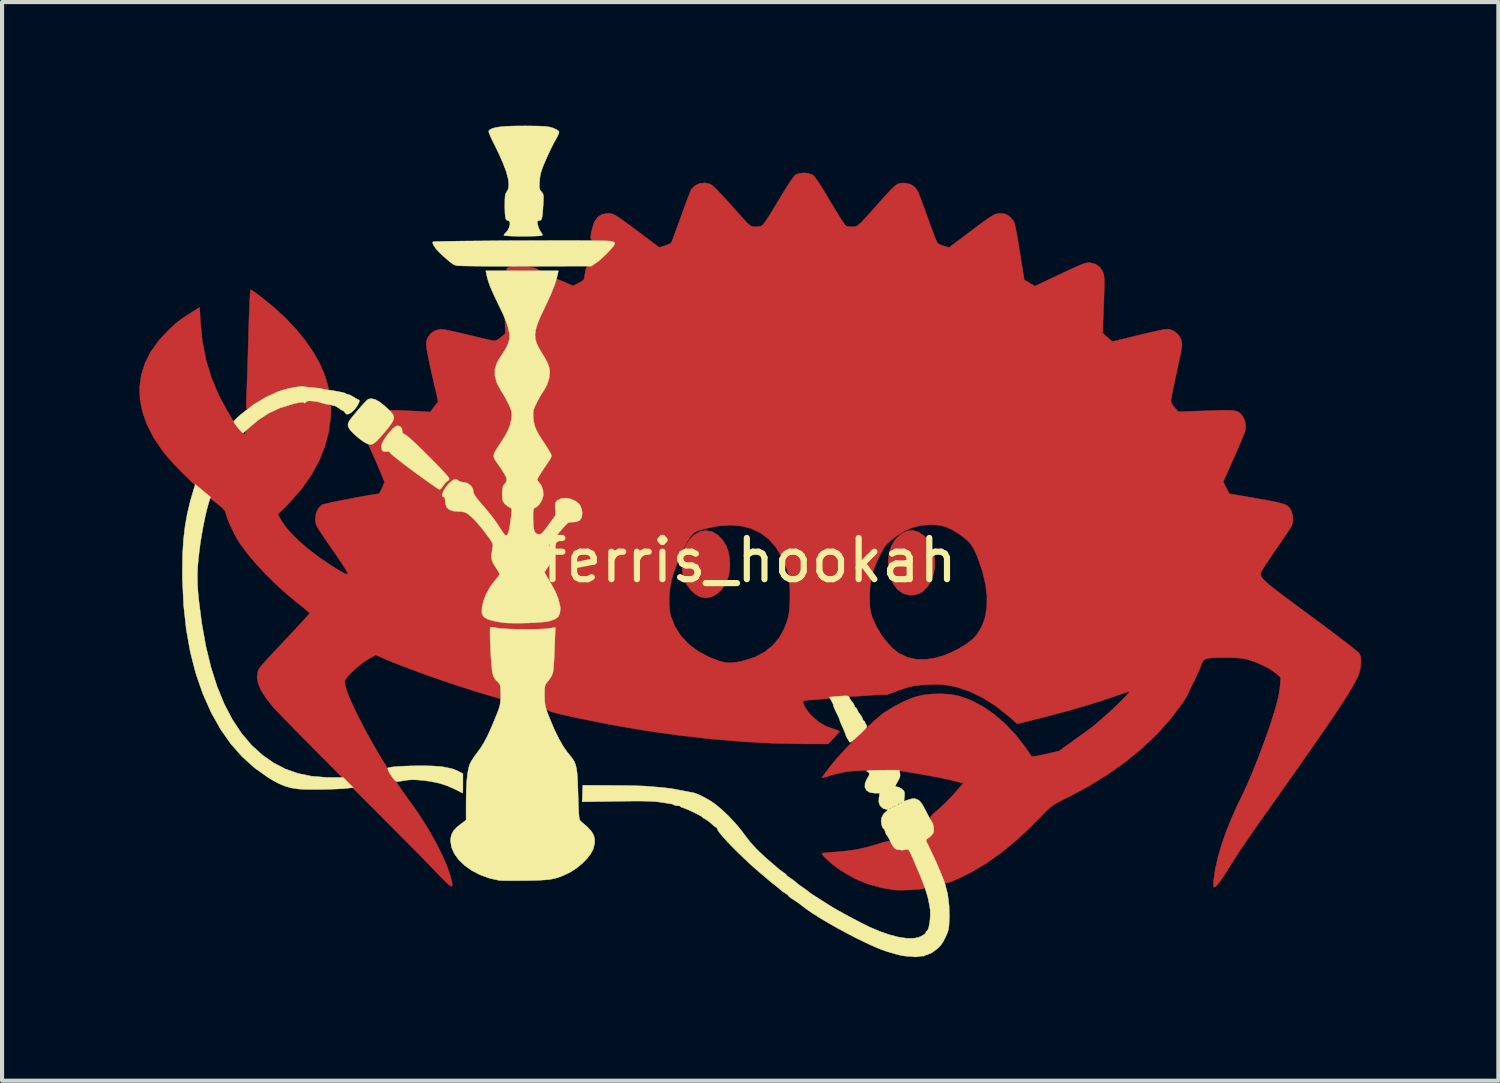
<source format=kicad_pcb>
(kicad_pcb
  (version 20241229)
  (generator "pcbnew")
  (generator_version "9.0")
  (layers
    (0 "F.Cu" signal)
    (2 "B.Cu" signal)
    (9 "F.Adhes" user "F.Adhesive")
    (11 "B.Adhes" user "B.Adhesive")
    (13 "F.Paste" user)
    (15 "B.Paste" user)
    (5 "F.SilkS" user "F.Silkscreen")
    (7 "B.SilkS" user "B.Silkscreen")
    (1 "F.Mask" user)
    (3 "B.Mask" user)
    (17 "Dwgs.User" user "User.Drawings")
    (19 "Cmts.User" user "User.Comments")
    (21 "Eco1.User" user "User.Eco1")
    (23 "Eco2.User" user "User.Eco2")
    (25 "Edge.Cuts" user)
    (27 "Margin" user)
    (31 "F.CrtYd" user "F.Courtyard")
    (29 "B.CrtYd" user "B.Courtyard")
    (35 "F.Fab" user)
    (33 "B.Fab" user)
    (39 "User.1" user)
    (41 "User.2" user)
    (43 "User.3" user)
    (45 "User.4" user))
  (footprint "ferris_hookah"
    (layer "F.Cu")
    (at 15.143 10.049)
    (property "Reference" "ferris_hookah" (at 0 0.5 0) (layer "F.SilkS") (effects (font (size 1 1) (thickness 0.15))))
    (attr through_hole)
    (fp_poly (pts (xy -5.568 -6.628) (xy -5.43 -6.626) (xy -5.332 -6.621) (xy -5.262 -6.609) (xy -5.208 -6.592) (xy -5.182 -6.579) (xy -5.093 -6.53) (xy -5.506 -6.529) (xy -5.66 -6.529) (xy -5.769 -6.53) (xy -5.841 -6.533) (xy -5.882 -6.538) (xy -5.9 -6.548) (xy -5.901 -6.562) (xy -5.893 -6.579) (xy -5.877 -6.6) (xy -5.851 -6.615) (xy -5.806 -6.623) (xy -5.733 -6.627) (xy -5.621 -6.628) (xy -5.568 -6.628)) (stroke (width 0.01) (type solid)) (fill yes) (layer "F.Cu"))
    (fp_poly (pts (xy 4.094 -0.189) (xy 4.225 -0.1) (xy 4.294 -0.031) (xy 4.392 0.114) (xy 4.457 0.282) (xy 4.489 0.463) (xy 4.49 0.648) (xy 4.46 0.829) (xy 4.4 0.997) (xy 4.312 1.142) (xy 4.197 1.255) (xy 4.152 1.284) (xy 4.015 1.337) (xy 3.869 1.343) (xy 3.727 1.304) (xy 3.696 1.288) (xy 3.574 1.192) (xy 3.477 1.057) (xy 3.406 0.891) (xy 3.365 0.704) (xy 3.359 0.502) (xy 3.359 0.495) (xy 3.384 0.305) (xy 3.436 0.147) (xy 3.521 0.01) (xy 3.566 -0.045) (xy 3.693 -0.156) (xy 3.825 -0.217) (xy 3.96 -0.228) (xy 4.094 -0.189)) (stroke (width 0.01) (type solid)) (fill yes) (layer "F.Cu"))
    (fp_poly (pts (xy -0.932 -0.203) (xy -0.906 -0.194) (xy -0.773 -0.117) (xy -0.657 0.005) (xy -0.568 0.152) (xy -0.519 0.289) (xy -0.49 0.455) (xy -0.482 0.632) (xy -0.497 0.801) (xy -0.517 0.892) (xy -0.585 1.062) (xy -0.678 1.203) (xy -0.79 1.311) (xy -0.916 1.381) (xy -1.049 1.41) (xy -1.184 1.392) (xy -1.204 1.386) (xy -1.318 1.322) (xy -1.429 1.221) (xy -1.526 1.095) (xy -1.567 1.022) (xy -1.614 0.884) (xy -1.643 0.718) (xy -1.65 0.543) (xy -1.634 0.378) (xy -1.617 0.303) (xy -1.547 0.126) (xy -1.453 -0.019) (xy -1.339 -0.128) (xy -1.211 -0.197) (xy -1.074 -0.223) (xy -0.932 -0.203)) (stroke (width 0.01) (type solid)) (fill yes) (layer "F.Cu"))
    (fp_poly (pts (xy 3.396 7.314) (xy 3.415 7.329) (xy 3.421 7.335) (xy 3.456 7.397) (xy 3.469 7.434) (xy 3.506 7.481) (xy 3.577 7.514) (xy 3.666 7.531) (xy 3.758 7.527) (xy 3.8 7.516) (xy 3.833 7.511) (xy 3.861 7.531) (xy 3.892 7.585) (xy 3.912 7.628) (xy 3.945 7.702) (xy 3.969 7.755) (xy 3.976 7.772) (xy 3.989 7.806) (xy 4.023 7.886) (xy 4.077 8.012) (xy 4.1 8.065) (xy 4.162 8.211) (xy 4.204 8.319) (xy 4.227 8.392) (xy 4.233 8.437) (xy 4.225 8.46) (xy 4.191 8.47) (xy 4.118 8.479) (xy 4.017 8.488) (xy 3.9 8.494) (xy 3.777 8.499) (xy 3.66 8.501) (xy 3.562 8.499) (xy 3.493 8.494) (xy 3.176 8.438) (xy 2.894 8.361) (xy 2.633 8.259) (xy 2.379 8.126) (xy 2.197 8.013) (xy 2.099 7.943) (xy 2.001 7.867) (xy 1.911 7.79) (xy 1.835 7.719) (xy 1.779 7.659) (xy 1.751 7.618) (xy 1.756 7.602) (xy 1.793 7.598) (xy 1.871 7.592) (xy 1.977 7.583) (xy 2.102 7.573) (xy 2.127 7.571) (xy 2.38 7.546) (xy 2.602 7.513) (xy 2.814 7.467) (xy 3.036 7.405) (xy 3.122 7.378) (xy 3.239 7.341) (xy 3.317 7.319) (xy 3.366 7.31) (xy 3.396 7.314)) (stroke (width 0.01) (type solid)) (fill yes) (layer "F.Cu"))
    (fp_poly (pts (xy -12.082 -6.055) (xy -12.019 -6.013) (xy -11.931 -5.948) (xy -11.827 -5.868) (xy -11.712 -5.776) (xy -11.593 -5.679) (xy -11.539 -5.634) (xy -11.262 -5.381) (xy -11.009 -5.112) (xy -10.783 -4.833) (xy -10.589 -4.551) (xy -10.431 -4.27) (xy -10.313 -3.997) (xy -10.26 -3.826) (xy -10.24 -3.75) (xy -10.225 -3.692) (xy -10.222 -3.681) (xy -10.222 -3.659) (xy -10.246 -3.651) (xy -10.304 -3.656) (xy -10.344 -3.661) (xy -10.447 -3.675) (xy -10.567 -3.688) (xy -10.64 -3.695) (xy -10.727 -3.705) (xy -10.792 -3.714) (xy -10.82 -3.721) (xy -10.858 -3.724) (xy -10.933 -3.718) (xy -11.032 -3.703) (xy -11.142 -3.682) (xy -11.251 -3.657) (xy -11.346 -3.631) (xy -11.354 -3.628) (xy -11.61 -3.526) (xy -11.874 -3.387) (xy -12.024 -3.292) (xy -12.106 -3.238) (xy -12.171 -3.197) (xy -12.208 -3.176) (xy -12.212 -3.175) (xy -12.216 -3.199) (xy -12.217 -3.264) (xy -12.215 -3.362) (xy -12.211 -3.483) (xy -12.209 -3.524) (xy -12.205 -3.627) (xy -12.2 -3.772) (xy -12.194 -3.953) (xy -12.187 -4.162) (xy -12.18 -4.392) (xy -12.172 -4.634) (xy -12.165 -4.881) (xy -12.163 -4.972) (xy -12.156 -5.203) (xy -12.149 -5.417) (xy -12.141 -5.61) (xy -12.134 -5.775) (xy -12.127 -5.909) (xy -12.121 -6.006) (xy -12.116 -6.06) (xy -12.113 -6.071) (xy -12.082 -6.055)) (stroke (width 0.01) (type solid)) (fill yes) (layer "F.Cu"))
    (fp_poly (pts (xy 1.432 -8.891) (xy 1.526 -8.854) (xy 1.537 -8.848) (xy 1.576 -8.805) (xy 1.638 -8.721) (xy 1.72 -8.597) (xy 1.819 -8.437) (xy 1.936 -8.242) (xy 1.956 -8.208) (xy 2.076 -8.006) (xy 2.176 -7.844) (xy 2.255 -7.723) (xy 2.312 -7.645) (xy 2.346 -7.611) (xy 2.349 -7.61) (xy 2.408 -7.6) (xy 2.487 -7.595) (xy 2.505 -7.595) (xy 2.534 -7.595) (xy 2.561 -7.599) (xy 2.589 -7.609) (xy 2.622 -7.63) (xy 2.663 -7.664) (xy 2.717 -7.716) (xy 2.787 -7.789) (xy 2.876 -7.887) (xy 2.989 -8.013) (xy 3.13 -8.171) (xy 3.25 -8.306) (xy 3.366 -8.434) (xy 3.456 -8.528) (xy 3.528 -8.592) (xy 3.589 -8.633) (xy 3.647 -8.653) (xy 3.709 -8.659) (xy 3.773 -8.656) (xy 3.904 -8.627) (xy 4.003 -8.561) (xy 4.078 -8.455) (xy 4.096 -8.413) (xy 4.128 -8.331) (xy 4.171 -8.216) (xy 4.223 -8.075) (xy 4.281 -7.917) (xy 4.32 -7.808) (xy 4.379 -7.644) (xy 4.434 -7.496) (xy 4.482 -7.371) (xy 4.52 -7.274) (xy 4.547 -7.214) (xy 4.556 -7.197) (xy 4.596 -7.173) (xy 4.666 -7.145) (xy 4.711 -7.131) (xy 4.837 -7.094) (xy 5.379 -7.501) (xy 5.543 -7.624) (xy 5.672 -7.719) (xy 5.772 -7.791) (xy 5.848 -7.842) (xy 5.907 -7.877) (xy 5.954 -7.899) (xy 5.995 -7.911) (xy 6.035 -7.917) (xy 6.053 -7.919) (xy 6.146 -7.92) (xy 6.214 -7.903) (xy 6.272 -7.87) (xy 6.341 -7.811) (xy 6.397 -7.744) (xy 6.404 -7.734) (xy 6.422 -7.683) (xy 6.446 -7.584) (xy 6.475 -7.443) (xy 6.507 -7.264) (xy 6.542 -7.049) (xy 6.552 -6.986) (xy 6.58 -6.808) (xy 6.606 -6.647) (xy 6.628 -6.511) (xy 6.645 -6.404) (xy 6.657 -6.335) (xy 6.662 -6.309) (xy 6.662 -6.309) (xy 6.685 -6.295) (xy 6.739 -6.263) (xy 6.795 -6.23) (xy 6.921 -6.156) (xy 7.531 -6.445) (xy 7.717 -6.532) (xy 7.864 -6.6) (xy 7.977 -6.651) (xy 8.063 -6.686) (xy 8.128 -6.708) (xy 8.178 -6.721) (xy 8.22 -6.725) (xy 8.258 -6.724) (xy 8.392 -6.69) (xy 8.496 -6.617) (xy 8.568 -6.505) (xy 8.572 -6.493) (xy 8.585 -6.456) (xy 8.594 -6.413) (xy 8.6 -6.36) (xy 8.603 -6.288) (xy 8.604 -6.191) (xy 8.601 -6.064) (xy 8.596 -5.898) (xy 8.588 -5.7) (xy 8.562 -5.016) (xy 8.68 -4.913) (xy 8.797 -4.81) (xy 9.04 -4.869) (xy 9.297 -4.931) (xy 9.509 -4.982) (xy 9.682 -5.023) (xy 9.819 -5.056) (xy 9.926 -5.079) (xy 10.007 -5.096) (xy 10.067 -5.107) (xy 10.111 -5.112) (xy 10.143 -5.113) (xy 10.169 -5.111) (xy 10.193 -5.107) (xy 10.199 -5.105) (xy 10.316 -5.055) (xy 10.409 -4.967) (xy 10.471 -4.853) (xy 10.49 -4.738) (xy 10.485 -4.689) (xy 10.469 -4.598) (xy 10.445 -4.473) (xy 10.414 -4.323) (xy 10.378 -4.155) (xy 10.348 -4.023) (xy 10.31 -3.849) (xy 10.277 -3.69) (xy 10.25 -3.552) (xy 10.231 -3.443) (xy 10.222 -3.37) (xy 10.222 -3.344) (xy 10.248 -3.292) (xy 10.295 -3.226) (xy 10.319 -3.198) (xy 10.401 -3.107) (xy 11.068 -3.131) (xy 11.286 -3.139) (xy 11.46 -3.144) (xy 11.596 -3.144) (xy 11.7 -3.14) (xy 11.777 -3.13) (xy 11.835 -3.113) (xy 11.879 -3.088) (xy 11.915 -3.055) (xy 11.95 -3.013) (xy 11.957 -3.004) (xy 12.01 -2.904) (xy 12.032 -2.786) (xy 12.034 -2.743) (xy 12.03 -2.7) (xy 12.02 -2.649) (xy 12 -2.585) (xy 11.968 -2.502) (xy 11.923 -2.392) (xy 11.861 -2.25) (xy 11.782 -2.069) (xy 11.765 -2.032) (xy 11.488 -1.41) (xy 11.561 -1.264) (xy 11.599 -1.189) (xy 11.628 -1.136) (xy 11.64 -1.117) (xy 11.666 -1.113) (xy 11.735 -1.102) (xy 11.84 -1.083) (xy 11.976 -1.06) (xy 12.136 -1.033) (xy 12.301 -1.004) (xy 12.517 -0.966) (xy 12.69 -0.934) (xy 12.823 -0.905) (xy 12.924 -0.878) (xy 12.999 -0.851) (xy 13.052 -0.82) (xy 13.091 -0.785) (xy 13.12 -0.743) (xy 13.141 -0.702) (xy 13.174 -0.59) (xy 13.18 -0.468) (xy 13.157 -0.358) (xy 13.147 -0.334) (xy 13.122 -0.294) (xy 13.074 -0.219) (xy 13.005 -0.116) (xy 12.92 0.009) (xy 12.825 0.149) (xy 12.753 0.254) (xy 12.654 0.398) (xy 12.566 0.529) (xy 12.492 0.642) (xy 12.437 0.73) (xy 12.403 0.787) (xy 12.395 0.806) (xy 12.397 0.838) (xy 12.405 0.87) (xy 12.421 0.904) (xy 12.449 0.943) (xy 12.492 0.989) (xy 12.554 1.046) (xy 12.636 1.115) (xy 12.742 1.199) (xy 12.876 1.302) (xy 13.04 1.426) (xy 13.238 1.572) (xy 13.471 1.745) (xy 13.602 1.841) (xy 13.827 2.008) (xy 14.037 2.164) (xy 14.228 2.308) (xy 14.397 2.437) (xy 14.541 2.548) (xy 14.655 2.639) (xy 14.736 2.706) (xy 14.781 2.747) (xy 14.788 2.756) (xy 14.815 2.809) (xy 14.828 2.872) (xy 14.829 2.962) (xy 14.826 3.016) (xy 14.817 3.114) (xy 14.799 3.199) (xy 14.767 3.288) (xy 14.714 3.399) (xy 14.703 3.422) (xy 14.657 3.509) (xy 14.598 3.612) (xy 14.525 3.732) (xy 14.437 3.872) (xy 14.332 4.033) (xy 14.21 4.218) (xy 14.068 4.427) (xy 13.906 4.664) (xy 13.722 4.93) (xy 13.515 5.227) (xy 13.284 5.558) (xy 13.027 5.923) (xy 12.743 6.325) (xy 12.43 6.766) (xy 12.383 6.833) (xy 12.256 7.013) (xy 12.127 7.2) (xy 12.002 7.383) (xy 11.887 7.553) (xy 11.79 7.702) (xy 11.715 7.82) (xy 11.708 7.831) (xy 11.581 8.035) (xy 11.476 8.195) (xy 11.393 8.313) (xy 11.33 8.389) (xy 11.286 8.426) (xy 11.28 8.428) (xy 11.263 8.426) (xy 11.254 8.399) (xy 11.254 8.339) (xy 11.261 8.239) (xy 11.295 7.993) (xy 11.358 7.715) (xy 11.446 7.41) (xy 11.558 7.088) (xy 11.691 6.756) (xy 11.842 6.42) (xy 11.926 6.248) (xy 12.01 6.074) (xy 12.105 5.86) (xy 12.207 5.618) (xy 12.312 5.356) (xy 12.416 5.086) (xy 12.516 4.816) (xy 12.607 4.557) (xy 12.657 4.407) (xy 12.734 4.164) (xy 12.792 3.96) (xy 12.833 3.786) (xy 12.859 3.635) (xy 12.87 3.529) (xy 12.884 3.338) (xy 12.756 3.23) (xy 12.617 3.133) (xy 12.443 3.04) (xy 12.25 2.96) (xy 12.078 2.905) (xy 11.986 2.885) (xy 11.883 2.87) (xy 11.76 2.862) (xy 11.603 2.858) (xy 11.505 2.858) (xy 11.333 2.859) (xy 11.203 2.865) (xy 11.11 2.878) (xy 11.046 2.9) (xy 11.002 2.935) (xy 10.973 2.984) (xy 10.951 3.046) (xy 10.928 3.108) (xy 10.887 3.204) (xy 10.833 3.319) (xy 10.774 3.442) (xy 10.768 3.454) (xy 10.712 3.567) (xy 10.665 3.663) (xy 10.632 3.734) (xy 10.617 3.769) (xy 10.617 3.772) (xy 10.604 3.797) (xy 10.569 3.855) (xy 10.518 3.933) (xy 10.492 3.972) (xy 10.214 4.344) (xy 9.89 4.706) (xy 9.524 5.054) (xy 9.12 5.386) (xy 8.682 5.697) (xy 8.215 5.984) (xy 7.798 6.207) (xy 7.64 6.286) (xy 7.519 6.348) (xy 7.426 6.4) (xy 7.353 6.446) (xy 7.291 6.493) (xy 7.232 6.546) (xy 7.166 6.612) (xy 7.099 6.682) (xy 6.743 7.04) (xy 6.398 7.353) (xy 6.06 7.624) (xy 5.725 7.858) (xy 5.389 8.058) (xy 5.385 8.06) (xy 5.267 8.121) (xy 5.141 8.182) (xy 5.018 8.237) (xy 4.908 8.284) (xy 4.82 8.316) (xy 4.766 8.331) (xy 4.761 8.331) (xy 4.733 8.309) (xy 4.705 8.255) (xy 4.698 8.236) (xy 4.667 8.152) (xy 4.628 8.056) (xy 4.615 8.026) (xy 4.583 7.958) (xy 4.563 7.911) (xy 4.559 7.899) (xy 4.546 7.869) (xy 4.517 7.805) (xy 4.477 7.718) (xy 4.431 7.619) (xy 4.385 7.521) (xy 4.343 7.435) (xy 4.313 7.372) (xy 4.304 7.355) (xy 4.279 7.303) (xy 4.282 7.275) (xy 4.304 7.258) (xy 4.349 7.226) (xy 4.404 7.176) (xy 4.41 7.17) (xy 4.452 7.12) (xy 4.467 7.067) (xy 4.463 6.991) (xy 4.45 6.918) (xy 4.432 6.87) (xy 4.424 6.861) (xy 4.399 6.826) (xy 4.383 6.782) (xy 4.38 6.749) (xy 4.394 6.715) (xy 4.429 6.672) (xy 4.493 6.612) (xy 4.573 6.544) (xy 4.68 6.448) (xy 4.8 6.33) (xy 4.917 6.208) (xy 4.981 6.137) (xy 5.184 5.905) (xy 4.897 5.835) (xy 4.796 5.811) (xy 4.689 5.788) (xy 4.57 5.763) (xy 4.432 5.737) (xy 4.268 5.708) (xy 4.071 5.673) (xy 3.833 5.633) (xy 3.718 5.614) (xy 3.613 5.602) (xy 3.469 5.594) (xy 3.297 5.59) (xy 3.108 5.589) (xy 2.914 5.591) (xy 2.727 5.597) (xy 2.558 5.606) (xy 2.418 5.618) (xy 2.362 5.625) (xy 2.228 5.649) (xy 2.087 5.681) (xy 1.964 5.715) (xy 1.937 5.724) (xy 1.85 5.752) (xy 1.785 5.77) (xy 1.754 5.776) (xy 1.753 5.775) (xy 1.768 5.746) (xy 1.809 5.687) (xy 1.869 5.606) (xy 1.941 5.513) (xy 2.019 5.417) (xy 2.095 5.325) (xy 2.119 5.297) (xy 2.23 5.174) (xy 2.361 5.035) (xy 2.505 4.888) (xy 2.655 4.739) (xy 2.804 4.594) (xy 2.946 4.461) (xy 3.074 4.346) (xy 3.18 4.255) (xy 3.255 4.198) (xy 3.477 4.059) (xy 3.712 3.936) (xy 3.942 3.838) (xy 4.026 3.809) (xy 4.209 3.766) (xy 4.422 3.741) (xy 4.645 3.735) (xy 4.861 3.749) (xy 5.05 3.782) (xy 5.056 3.783) (xy 5.347 3.883) (xy 5.635 4.031) (xy 5.918 4.222) (xy 6.189 4.455) (xy 6.446 4.724) (xy 6.675 5.017) (xy 6.739 5.109) (xy 6.792 5.186) (xy 6.827 5.239) (xy 6.837 5.256) (xy 6.863 5.259) (xy 6.93 5.252) (xy 7.026 5.234) (xy 7.145 5.209) (xy 7.176 5.202) (xy 7.506 5.125) (xy 7.792 4.918) (xy 7.909 4.834) (xy 8.023 4.752) (xy 8.121 4.682) (xy 8.192 4.632) (xy 8.198 4.627) (xy 8.282 4.564) (xy 8.384 4.482) (xy 8.497 4.385) (xy 8.618 4.279) (xy 8.739 4.169) (xy 8.858 4.059) (xy 8.967 3.954) (xy 9.062 3.86) (xy 9.138 3.781) (xy 9.188 3.722) (xy 9.209 3.689) (xy 9.205 3.683) (xy 9.172 3.691) (xy 9.101 3.713) (xy 9.003 3.746) (xy 8.892 3.785) (xy 8.526 3.909) (xy 8.119 4.035) (xy 7.677 4.161) (xy 7.21 4.285) (xy 7.127 4.306) (xy 6.494 4.465) (xy 6.286 4.283) (xy 5.972 4.034) (xy 5.653 3.832) (xy 5.332 3.676) (xy 5.01 3.57) (xy 4.817 3.53) (xy 4.675 3.515) (xy 4.506 3.509) (xy 4.324 3.513) (xy 4.146 3.525) (xy 3.987 3.544) (xy 3.873 3.567) (xy 3.776 3.597) (xy 3.655 3.639) (xy 3.532 3.685) (xy 3.506 3.696) (xy 3.41 3.731) (xy 3.333 3.756) (xy 3.286 3.765) (xy 3.277 3.762) (xy 3.249 3.758) (xy 3.178 3.758) (xy 3.076 3.762) (xy 2.949 3.77) (xy 2.87 3.776) (xy 2.729 3.787) (xy 2.602 3.795) (xy 2.5 3.798) (xy 2.432 3.797) (xy 2.414 3.795) (xy 2.361 3.79) (xy 2.282 3.791) (xy 2.19 3.795) (xy 2.097 3.803) (xy 2.017 3.813) (xy 1.961 3.824) (xy 1.943 3.836) (xy 1.943 3.836) (xy 1.924 3.845) (xy 1.864 3.855) (xy 1.771 3.864) (xy 1.655 3.873) (xy 1.641 3.874) (xy 1.519 3.882) (xy 1.414 3.891) (xy 1.337 3.901) (xy 1.3 3.909) (xy 1.3 3.909) (xy 1.291 3.942) (xy 1.31 4.002) (xy 1.354 4.081) (xy 1.415 4.169) (xy 1.49 4.257) (xy 1.514 4.282) (xy 1.679 4.423) (xy 1.852 4.524) (xy 2.029 4.588) (xy 2.108 4.613) (xy 2.162 4.636) (xy 2.179 4.65) (xy 2.159 4.676) (xy 2.113 4.729) (xy 2.05 4.797) (xy 2.037 4.811) (xy 1.902 4.953) (xy 1.338 4.953) (xy 0.61 4.939) (xy -0.153 4.898) (xy -0.939 4.832) (xy -1.741 4.741) (xy -2.55 4.626) (xy -3.356 4.488) (xy -4.15 4.329) (xy -4.443 4.264) (xy -4.619 4.224) (xy -4.751 4.191) (xy -4.846 4.161) (xy -4.91 4.126) (xy -4.95 4.082) (xy -4.97 4.022) (xy -4.978 3.942) (xy -4.979 3.835) (xy -4.978 3.766) (xy -4.978 3.653) (xy -4.973 3.578) (xy -4.961 3.526) (xy -4.939 3.483) (xy -4.902 3.436) (xy -4.889 3.422) (xy -4.832 3.343) (xy -4.789 3.262) (xy -4.777 3.227) (xy -4.769 3.174) (xy -4.76 3.08) (xy -4.751 2.954) (xy -4.743 2.805) (xy -4.736 2.645) (xy -4.736 2.632) (xy -4.718 2.127) (xy -4.867 2.149) (xy -4.966 2.159) (xy -5.098 2.166) (xy -5.256 2.171) (xy -5.427 2.172) (xy -5.602 2.17) (xy -5.769 2.166) (xy -5.92 2.16) (xy -6.043 2.151) (xy -6.129 2.14) (xy -6.143 2.137) (xy -6.221 2.121) (xy -6.278 2.118) (xy -6.296 2.124) (xy -6.301 2.155) (xy -6.302 2.229) (xy -6.301 2.338) (xy -6.297 2.475) (xy -6.291 2.631) (xy -6.288 2.692) (xy -6.278 2.884) (xy -6.268 3.032) (xy -6.257 3.145) (xy -6.243 3.23) (xy -6.223 3.295) (xy -6.197 3.347) (xy -6.163 3.393) (xy -6.119 3.442) (xy -6.117 3.444) (xy -6.077 3.491) (xy -6.055 3.536) (xy -6.048 3.595) (xy -6.05 3.687) (xy -6.05 3.69) (xy -6.058 3.856) (xy -6.477 3.731) (xy -6.77 3.641) (xy -7.079 3.541) (xy -7.397 3.435) (xy -7.713 3.325) (xy -8.021 3.215) (xy -8.311 3.107) (xy -8.575 3.006) (xy -8.803 2.913) (xy -8.926 2.86) (xy -9.076 2.793) (xy -9.256 2.896) (xy -9.364 2.965) (xy -9.476 3.05) (xy -9.585 3.143) (xy -9.683 3.236) (xy -9.761 3.322) (xy -9.813 3.394) (xy -9.83 3.441) (xy -9.816 3.537) (xy -9.776 3.67) (xy -9.712 3.836) (xy -9.627 4.029) (xy -9.523 4.245) (xy -9.404 4.478) (xy -9.272 4.725) (xy -9.128 4.981) (xy -8.977 5.24) (xy -8.82 5.497) (xy -8.661 5.75) (xy -8.501 5.991) (xy -8.343 6.217) (xy -8.246 6.35) (xy -8.068 6.6) (xy -7.897 6.862) (xy -7.737 7.129) (xy -7.591 7.393) (xy -7.464 7.649) (xy -7.359 7.888) (xy -7.28 8.105) (xy -7.23 8.29) (xy -7.225 8.312) (xy -7.218 8.376) (xy -7.229 8.403) (xy -7.247 8.407) (xy -7.276 8.39) (xy -7.333 8.34) (xy -7.411 8.266) (xy -7.505 8.172) (xy -7.586 8.086) (xy -7.647 8.022) (xy -7.742 7.925) (xy -7.866 7.798) (xy -8.017 7.644) (xy -8.193 7.467) (xy -8.389 7.269) (xy -8.603 7.053) (xy -8.832 6.823) (xy -9.072 6.581) (xy -9.322 6.331) (xy -9.578 6.075) (xy -9.656 5.997) (xy -9.909 5.743) (xy -10.155 5.497) (xy -10.391 5.259) (xy -10.614 5.035) (xy -10.821 4.825) (xy -11.01 4.633) (xy -11.177 4.462) (xy -11.321 4.315) (xy -11.438 4.193) (xy -11.526 4.101) (xy -11.581 4.041) (xy -11.593 4.027) (xy -11.748 3.826) (xy -11.86 3.647) (xy -11.928 3.486) (xy -11.954 3.341) (xy -11.939 3.211) (xy -11.939 3.209) (xy -11.932 3.184) (xy -11.922 3.16) (xy -11.908 3.133) (xy -11.886 3.1) (xy -11.852 3.057) (xy -11.804 3.001) (xy -11.739 2.928) (xy -11.653 2.835) (xy -11.543 2.716) (xy -11.405 2.57) (xy -11.238 2.392) (xy -11.151 2.299) (xy -11.026 2.167) (xy -10.915 2.046) (xy -10.82 1.942) (xy -10.746 1.86) (xy -10.698 1.804) (xy -10.681 1.78) (xy -10.681 1.78) (xy -10.7 1.758) (xy -10.752 1.711) (xy -10.83 1.645) (xy -10.928 1.567) (xy -10.971 1.534) (xy -11.234 1.317) (xy -11.497 1.08) (xy -11.75 0.83) (xy -11.984 0.578) (xy -12.192 0.331) (xy -12.364 0.099) (xy -12.365 0.097) (xy -12.433 -0.011) (xy -12.504 -0.142) (xy -12.574 -0.283) (xy -12.636 -0.418) (xy -12.682 -0.536) (xy -12.704 -0.608) (xy -12.717 -0.658) (xy -12.735 -0.699) (xy -12.764 -0.739) (xy -12.81 -0.786) (xy -12.881 -0.845) (xy -12.982 -0.925) (xy -13.041 -0.97) (xy -13.201 -1.099) (xy -13.377 -1.254) (xy -13.561 -1.425) (xy -13.745 -1.603) (xy -13.918 -1.781) (xy -14.074 -1.95) (xy -14.203 -2.101) (xy -14.258 -2.172) (xy -14.467 -2.485) (xy -14.626 -2.796) (xy -14.735 -3.104) (xy -14.795 -3.407) (xy -14.805 -3.706) (xy -14.766 -3.997) (xy -14.677 -4.281) (xy -14.538 -4.557) (xy -14.35 -4.822) (xy -14.144 -5.046) (xy -14.028 -5.158) (xy -13.935 -5.243) (xy -13.85 -5.313) (xy -13.761 -5.378) (xy -13.655 -5.448) (xy -13.572 -5.501) (xy -13.348 -5.642) (xy -13.331 -5.312) (xy -13.284 -4.825) (xy -13.194 -4.361) (xy -13.058 -3.918) (xy -12.876 -3.491) (xy -12.679 -3.131) (xy -12.618 -3.028) (xy -12.568 -2.942) (xy -12.534 -2.88) (xy -12.522 -2.852) (xy -12.506 -2.825) (xy -12.463 -2.772) (xy -12.402 -2.702) (xy -12.382 -2.68) (xy -12.313 -2.607) (xy -12.27 -2.569) (xy -12.248 -2.563) (xy -12.243 -2.583) (xy -12.222 -2.635) (xy -12.163 -2.705) (xy -12.075 -2.788) (xy -11.964 -2.878) (xy -11.838 -2.968) (xy -11.705 -3.053) (xy -11.571 -3.128) (xy -11.521 -3.153) (xy -11.425 -3.192) (xy -11.312 -3.232) (xy -11.192 -3.269) (xy -11.074 -3.3) (xy -10.969 -3.323) (xy -10.886 -3.336) (xy -10.836 -3.336) (xy -10.825 -3.329) (xy -10.805 -3.316) (xy -10.77 -3.34) (xy -10.732 -3.363) (xy -10.678 -3.371) (xy -10.593 -3.366) (xy -10.569 -3.364) (xy -10.488 -3.351) (xy -10.432 -3.336) (xy -10.414 -3.324) (xy -10.392 -3.308) (xy -10.344 -3.302) (xy -10.266 -3.295) (xy -10.213 -3.285) (xy -10.187 -3.276) (xy -10.17 -3.262) (xy -10.162 -3.231) (xy -10.16 -3.175) (xy -10.163 -3.086) (xy -10.169 -2.987) (xy -10.215 -2.625) (xy -10.31 -2.266) (xy -10.453 -1.912) (xy -10.643 -1.566) (xy -10.878 -1.232) (xy -11.157 -0.912) (xy -11.23 -0.837) (xy -11.453 -0.617) (xy -11.359 -0.455) (xy -11.251 -0.299) (xy -11.101 -0.129) (xy -10.914 0.051) (xy -10.696 0.236) (xy -10.452 0.422) (xy -10.186 0.605) (xy -10.043 0.695) (xy -9.922 0.769) (xy -9.837 0.814) (xy -9.784 0.834) (xy -9.76 0.828) (xy -9.758 0.8) (xy -9.76 0.794) (xy -9.777 0.762) (xy -9.82 0.694) (xy -9.883 0.596) (xy -9.964 0.475) (xy -10.058 0.336) (xy -10.157 0.194) (xy -10.272 0.027) (xy -10.361 -0.104) (xy -10.428 -0.205) (xy -10.476 -0.282) (xy -10.508 -0.34) (xy -10.527 -0.386) (xy -10.537 -0.425) (xy -10.54 -0.464) (xy -10.541 -0.505) (xy -10.521 -0.654) (xy -10.463 -0.773) (xy -10.38 -0.85) (xy -10.346 -0.862) (xy -10.269 -0.88) (xy -10.159 -0.905) (xy -10.023 -0.933) (xy -9.87 -0.964) (xy -9.707 -0.995) (xy -9.543 -1.027) (xy -9.387 -1.055) (xy -9.245 -1.081) (xy -9.127 -1.1) (xy -9.04 -1.113) (xy -8.998 -1.117) (xy -8.982 -1.139) (xy -8.954 -1.191) (xy -8.921 -1.26) (xy -8.891 -1.329) (xy -8.87 -1.382) (xy -8.865 -1.403) (xy -8.875 -1.435) (xy -8.903 -1.506) (xy -8.944 -1.608) (xy -8.997 -1.732) (xy -9.056 -1.867) (xy -9.115 -2.003) (xy -9.168 -2.122) (xy -9.209 -2.216) (xy -9.232 -2.269) (xy -8.94 -2.269) (xy -8.929 -2.186) (xy -8.893 -2.144) (xy -8.829 -2.14) (xy -8.82 -2.141) (xy -8.76 -2.145) (xy -8.727 -2.118) (xy -8.722 -2.107) (xy -8.697 -2.081) (xy -8.637 -2.03) (xy -8.549 -1.96) (xy -8.439 -1.874) (xy -8.314 -1.779) (xy -8.179 -1.678) (xy -8.042 -1.576) (xy -7.909 -1.479) (xy -7.786 -1.391) (xy -7.68 -1.316) (xy -7.597 -1.26) (xy -7.543 -1.226) (xy -7.527 -1.22) (xy -7.496 -1.239) (xy -7.455 -1.288) (xy -7.442 -1.308) (xy -7.395 -1.372) (xy -7.348 -1.418) (xy -7.338 -1.424) (xy -7.299 -1.459) (xy -7.29 -1.484) (xy -7.307 -1.514) (xy -7.356 -1.573) (xy -7.431 -1.656) (xy -7.526 -1.757) (xy -7.636 -1.871) (xy -7.755 -1.991) (xy -7.877 -2.112) (xy -7.997 -2.229) (xy -8.109 -2.336) (xy -8.207 -2.428) (xy -8.287 -2.498) (xy -8.342 -2.542) (xy -8.363 -2.554) (xy -8.416 -2.579) (xy -8.433 -2.627) (xy -8.433 -2.639) (xy -8.451 -2.718) (xy -8.504 -2.761) (xy -8.55 -2.769) (xy -8.601 -2.748) (xy -8.668 -2.693) (xy -8.741 -2.614) (xy -8.813 -2.522) (xy -8.876 -2.428) (xy -8.921 -2.342) (xy -8.94 -2.275) (xy -8.94 -2.269) (xy -9.232 -2.269) (xy -9.236 -2.278) (xy -9.246 -2.302) (xy -9.246 -2.302) (xy -9.224 -2.308) (xy -9.173 -2.32) (xy -9.122 -2.344) (xy -9.054 -2.4) (xy -8.963 -2.494) (xy -8.9 -2.566) (xy -8.818 -2.661) (xy -8.747 -2.748) (xy -8.695 -2.815) (xy -8.669 -2.853) (xy -8.639 -2.95) (xy -8.657 -3.041) (xy -8.691 -3.09) (xy -8.745 -3.148) (xy -8.405 -3.136) (xy -8.262 -3.13) (xy -8.121 -3.124) (xy -8 -3.118) (xy -7.912 -3.112) (xy -7.91 -3.112) (xy -7.755 -3.101) (xy -7.658 -3.229) (xy -7.561 -3.357) (xy -7.602 -3.539) (xy -7.666 -3.816) (xy -7.719 -4.049) (xy -7.761 -4.241) (xy -7.795 -4.398) (xy -7.819 -4.523) (xy -7.836 -4.622) (xy -7.845 -4.699) (xy -7.848 -4.759) (xy -7.845 -4.806) (xy -7.837 -4.845) (xy -7.824 -4.88) (xy -7.808 -4.917) (xy -7.808 -4.917) (xy -7.736 -5.013) (xy -7.631 -5.08) (xy -7.507 -5.109) (xy -7.487 -5.109) (xy -7.431 -5.103) (xy -7.335 -5.086) (xy -7.207 -5.06) (xy -7.056 -5.026) (xy -6.89 -4.987) (xy -6.807 -4.967) (xy -6.642 -4.927) (xy -6.491 -4.891) (xy -6.363 -4.862) (xy -6.265 -4.84) (xy -6.204 -4.828) (xy -6.189 -4.826) (xy -6.144 -4.842) (xy -6.08 -4.882) (xy -6.037 -4.916) (xy -5.932 -5.006) (xy -5.942 -5.397) (xy -5.903 -5.31) (xy -5.843 -5.121) (xy -5.835 -4.933) (xy -5.876 -4.746) (xy -5.968 -4.563) (xy -5.979 -4.547) (xy -6.039 -4.456) (xy -6.091 -4.371) (xy -6.127 -4.308) (xy -6.129 -4.304) (xy -6.181 -4.15) (xy -6.185 -3.988) (xy -6.14 -3.818) (xy -6.046 -3.637) (xy -6.039 -3.626) (xy -5.972 -3.517) (xy -5.902 -3.39) (xy -5.85 -3.289) (xy -5.806 -3.193) (xy -5.782 -3.122) (xy -5.775 -3.056) (xy -5.779 -2.977) (xy -5.781 -2.959) (xy -5.804 -2.826) (xy -5.85 -2.693) (xy -5.923 -2.548) (xy -6.027 -2.381) (xy -6.054 -2.34) (xy -6.134 -2.22) (xy -6.185 -2.131) (xy -6.21 -2.064) (xy -6.211 -2.008) (xy -6.191 -1.956) (xy -6.162 -1.911) (xy -6.058 -1.762) (xy -5.982 -1.648) (xy -5.931 -1.562) (xy -5.904 -1.497) (xy -5.897 -1.447) (xy -5.909 -1.406) (xy -5.937 -1.367) (xy -5.95 -1.352) (xy -5.982 -1.31) (xy -5.999 -1.257) (xy -6.006 -1.178) (xy -6.007 -1.118) (xy -6.005 -1.019) (xy -5.994 -0.955) (xy -5.971 -0.908) (xy -5.944 -0.876) (xy -5.885 -0.823) (xy -5.827 -0.787) (xy -5.823 -0.785) (xy -5.789 -0.767) (xy -5.776 -0.734) (xy -5.777 -0.674) (xy -5.781 -0.642) (xy -5.804 -0.456) (xy -5.825 -0.317) (xy -5.845 -0.218) (xy -5.865 -0.155) (xy -5.883 -0.127) (xy -5.901 -0.11) (xy -5.918 -0.105) (xy -5.938 -0.116) (xy -5.967 -0.15) (xy -6.011 -0.212) (xy -6.073 -0.307) (xy -6.121 -0.381) (xy -6.188 -0.476) (xy -6.277 -0.593) (xy -6.377 -0.718) (xy -6.475 -0.833) (xy -6.574 -0.948) (xy -6.641 -1.033) (xy -6.682 -1.096) (xy -6.702 -1.143) (xy -6.706 -1.172) (xy -6.729 -1.258) (xy -6.789 -1.333) (xy -6.871 -1.383) (xy -6.943 -1.397) (xy -7.015 -1.407) (xy -7.068 -1.433) (xy -7.07 -1.435) (xy -7.114 -1.466) (xy -7.138 -1.473) (xy -7.193 -1.453) (xy -7.263 -1.401) (xy -7.336 -1.327) (xy -7.394 -1.248) (xy -7.446 -1.154) (xy -7.466 -1.085) (xy -7.452 -1.047) (xy -7.429 -1.041) (xy -7.401 -1.022) (xy -7.391 -0.96) (xy -7.391 -0.954) (xy -7.377 -0.842) (xy -7.333 -0.763) (xy -7.252 -0.713) (xy -7.133 -0.689) (xy -7.046 -0.686) (xy -6.968 -0.682) (xy -6.908 -0.667) (xy -6.847 -0.631) (xy -6.776 -0.576) (xy -6.709 -0.513) (xy -6.623 -0.421) (xy -6.529 -0.312) (xy -6.437 -0.197) (xy -6.431 -0.189) (xy -6.345 -0.075) (xy -6.287 0.008) (xy -6.252 0.068) (xy -6.235 0.112) (xy -6.232 0.148) (xy -6.235 0.165) (xy -6.259 0.299) (xy -6.269 0.397) (xy -6.263 0.474) (xy -6.239 0.543) (xy -6.196 0.619) (xy -6.175 0.651) (xy -6.124 0.73) (xy -6.087 0.795) (xy -6.071 0.832) (xy -6.071 0.834) (xy -6.086 0.866) (xy -6.128 0.923) (xy -6.186 0.992) (xy -6.188 0.995) (xy -6.301 1.145) (xy -6.395 1.316) (xy -6.462 1.49) (xy -6.495 1.652) (xy -6.495 1.658) (xy -6.5 1.748) (xy -6.495 1.804) (xy -6.475 1.843) (xy -6.446 1.874) (xy -6.369 1.923) (xy -6.256 1.961) (xy -6.102 1.99) (xy -5.905 2.008) (xy -5.662 2.017) (xy -5.55 2.018) (xy -5.305 2.015) (xy -5.105 2.005) (xy -4.946 1.988) (xy -4.822 1.961) (xy -4.729 1.925) (xy -4.672 1.887) (xy -4.627 1.843) (xy -4.605 1.795) (xy -4.598 1.724) (xy -4.597 1.687) (xy -4.613 1.564) (xy -1.956 1.564) (xy -1.939 1.745) (xy -1.915 1.856) (xy -1.815 2.105) (xy -1.672 2.329) (xy -1.485 2.528) (xy -1.258 2.7) (xy -0.99 2.844) (xy -0.749 2.938) (xy -0.63 2.971) (xy -0.516 2.985) (xy -0.392 2.98) (xy -0.244 2.955) (xy -0.13 2.929) (xy 0.134 2.842) (xy 0.365 2.718) (xy 0.561 2.56) (xy 0.721 2.367) (xy 0.823 2.183) (xy 0.884 2.037) (xy 0.928 1.897) (xy 0.956 1.75) (xy 0.971 1.583) (xy 0.976 1.384) (xy 2.91 1.384) (xy 2.912 1.527) (xy 2.917 1.633) (xy 2.927 1.716) (xy 2.944 1.79) (xy 2.97 1.87) (xy 2.983 1.905) (xy 3.072 2.102) (xy 3.187 2.296) (xy 3.321 2.475) (xy 3.464 2.628) (xy 3.609 2.745) (xy 3.638 2.763) (xy 3.834 2.854) (xy 4.048 2.9) (xy 4.281 2.901) (xy 4.508 2.865) (xy 4.694 2.811) (xy 4.888 2.734) (xy 5.077 2.638) (xy 5.25 2.532) (xy 5.396 2.42) (xy 5.503 2.311) (xy 5.625 2.117) (xy 5.708 1.894) (xy 5.752 1.644) (xy 5.756 1.37) (xy 5.721 1.077) (xy 5.647 0.765) (xy 5.534 0.44) (xy 5.498 0.352) (xy 5.434 0.217) (xy 5.367 0.11) (xy 5.284 0.017) (xy 5.175 -0.073) (xy 5.063 -0.152) (xy 4.906 -0.248) (xy 4.766 -0.313) (xy 4.625 -0.35) (xy 4.467 -0.365) (xy 4.369 -0.366) (xy 4.14 -0.347) (xy 3.93 -0.293) (xy 3.727 -0.199) (xy 3.521 -0.061) (xy 3.496 -0.042) (xy 3.403 0.033) (xy 3.335 0.094) (xy 3.284 0.154) (xy 3.237 0.228) (xy 3.184 0.328) (xy 3.155 0.385) (xy 3.06 0.589) (xy 2.992 0.768) (xy 2.947 0.935) (xy 2.921 1.108) (xy 2.911 1.3) (xy 2.91 1.384) (xy 0.976 1.384) (xy 0.976 1.382) (xy 0.976 1.346) (xy 0.972 1.143) (xy 0.959 0.975) (xy 0.934 0.829) (xy 0.894 0.69) (xy 0.835 0.544) (xy 0.775 0.415) (xy 0.635 0.181) (xy 0.467 -0.011) (xy 0.271 -0.161) (xy 0.049 -0.269) (xy -0.199 -0.334) (xy -0.472 -0.356) (xy -0.768 -0.335) (xy -1.086 -0.27) (xy -1.162 -0.249) (xy -1.261 -0.218) (xy -1.329 -0.186) (xy -1.382 -0.143) (xy -1.438 -0.076) (xy -1.447 -0.064) (xy -1.51 0.031) (xy -1.581 0.164) (xy -1.657 0.322) (xy -1.732 0.495) (xy -1.8 0.67) (xy -1.858 0.837) (xy -1.895 0.962) (xy -1.933 1.157) (xy -1.954 1.363) (xy -1.956 1.564) (xy -4.613 1.564) (xy -4.617 1.529) (xy -4.677 1.348) (xy -4.777 1.141) (xy -4.848 1.018) (xy -4.904 0.926) (xy -4.947 0.85) (xy -4.973 0.802) (xy -4.978 0.789) (xy -4.965 0.762) (xy -4.929 0.707) (xy -4.89 0.649) (xy -4.835 0.563) (xy -4.808 0.49) (xy -4.801 0.405) (xy -4.801 0.401) (xy -4.809 0.309) (xy -4.83 0.225) (xy -4.84 0.201) (xy -4.879 0.125) (xy -4.66 -0.139) (xy -4.576 -0.237) (xy -4.502 -0.321) (xy -4.443 -0.383) (xy -4.407 -0.415) (xy -4.403 -0.417) (xy -4.353 -0.427) (xy -4.28 -0.432) (xy -4.265 -0.432) (xy -4.164 -0.45) (xy -4.098 -0.503) (xy -4.067 -0.594) (xy -4.064 -0.641) (xy -4.08 -0.747) (xy -4.115 -0.833) (xy -4.19 -0.915) (xy -4.293 -0.975) (xy -4.41 -1.008) (xy -4.526 -1.011) (xy -4.627 -0.982) (xy -4.66 -0.962) (xy -4.698 -0.927) (xy -4.717 -0.89) (xy -4.723 -0.833) (xy -4.721 -0.751) (xy -4.713 -0.594) (xy -4.884 -0.359) (xy -4.961 -0.256) (xy -5.016 -0.189) (xy -5.056 -0.15) (xy -5.089 -0.133) (xy -5.122 -0.131) (xy -5.125 -0.132) (xy -5.179 -0.15) (xy -5.217 -0.193) (xy -5.242 -0.268) (xy -5.254 -0.382) (xy -5.257 -0.515) (xy -5.257 -0.629) (xy -5.254 -0.703) (xy -5.245 -0.746) (xy -5.229 -0.77) (xy -5.203 -0.784) (xy -5.194 -0.787) (xy -5.128 -0.835) (xy -5.068 -0.917) (xy -5.024 -1.018) (xy -5.013 -1.063) (xy -5.011 -1.166) (xy -5.037 -1.273) (xy -5.084 -1.361) (xy -5.105 -1.384) (xy -5.143 -1.429) (xy -5.156 -1.461) (xy -5.143 -1.495) (xy -5.107 -1.559) (xy -5.054 -1.642) (xy -5.023 -1.69) (xy -4.938 -1.815) (xy -4.878 -1.906) (xy -4.838 -1.968) (xy -4.817 -2.011) (xy -4.811 -2.041) (xy -4.816 -2.066) (xy -4.83 -2.093) (xy -4.841 -2.113) (xy -4.876 -2.174) (xy -4.929 -2.261) (xy -4.991 -2.356) (xy -5.004 -2.375) (xy -5.097 -2.518) (xy -5.163 -2.633) (xy -5.207 -2.733) (xy -5.234 -2.828) (xy -5.248 -2.93) (xy -5.251 -2.957) (xy -5.256 -3.05) (xy -5.252 -3.119) (xy -5.235 -3.184) (xy -5.201 -3.263) (xy -5.169 -3.328) (xy -5.116 -3.43) (xy -5.061 -3.525) (xy -5.016 -3.595) (xy -5.01 -3.603) (xy -4.932 -3.736) (xy -4.877 -3.887) (xy -4.853 -4.033) (xy -4.852 -4.058) (xy -4.861 -4.154) (xy -4.89 -4.253) (xy -4.944 -4.367) (xy -5.026 -4.506) (xy -5.049 -4.542) (xy -5.125 -4.668) (xy -5.177 -4.782) (xy -5.205 -4.891) (xy -5.208 -5.005) (xy -5.186 -5.13) (xy -5.138 -5.275) (xy -5.064 -5.449) (xy -4.984 -5.617) (xy -4.915 -5.761) (xy -4.85 -5.901) (xy -4.796 -6.024) (xy -4.755 -6.121) (xy -4.736 -6.172) (xy -4.711 -6.249) (xy -4.691 -6.304) (xy -4.683 -6.322) (xy -4.658 -6.317) (xy -4.597 -6.296) (xy -4.513 -6.261) (xy -4.48 -6.247) (xy -4.286 -6.163) (xy -4.151 -6.233) (xy -4.076 -6.274) (xy -4.034 -6.309) (xy -4.013 -6.355) (xy -4.001 -6.429) (xy -3.999 -6.448) (xy -3.981 -6.554) (xy -3.956 -6.618) (xy -3.918 -6.648) (xy -3.874 -6.655) (xy -3.816 -6.672) (xy -3.736 -6.72) (xy -3.642 -6.789) (xy -3.543 -6.872) (xy -3.448 -6.961) (xy -3.366 -7.047) (xy -3.307 -7.123) (xy -3.278 -7.181) (xy -3.277 -7.191) (xy -3.296 -7.222) (xy -3.355 -7.244) (xy -3.457 -7.258) (xy -3.605 -7.264) (xy -3.664 -7.264) (xy -3.758 -7.265) (xy -3.819 -7.272) (xy -3.852 -7.295) (xy -3.861 -7.341) (xy -3.851 -7.419) (xy -3.826 -7.538) (xy -3.823 -7.554) (xy -3.772 -7.712) (xy -3.696 -7.825) (xy -3.594 -7.895) (xy -3.466 -7.921) (xy -3.4 -7.919) (xy -3.36 -7.913) (xy -3.319 -7.901) (xy -3.272 -7.879) (xy -3.212 -7.845) (xy -3.135 -7.793) (xy -3.034 -7.721) (xy -2.904 -7.626) (xy -2.739 -7.503) (xy -2.738 -7.502) (xy -2.197 -7.096) (xy -2.06 -7.136) (xy -1.98 -7.165) (xy -1.921 -7.196) (xy -1.901 -7.214) (xy -1.887 -7.248) (xy -1.858 -7.322) (xy -1.818 -7.431) (xy -1.769 -7.566) (xy -1.712 -7.722) (xy -1.665 -7.855) (xy -1.605 -8.023) (xy -1.548 -8.177) (xy -1.497 -8.311) (xy -1.455 -8.417) (xy -1.426 -8.487) (xy -1.413 -8.513) (xy -1.323 -8.599) (xy -1.209 -8.65) (xy -1.085 -8.662) (xy -0.964 -8.632) (xy -0.913 -8.604) (xy -0.873 -8.57) (xy -0.805 -8.503) (xy -0.716 -8.409) (xy -0.61 -8.296) (xy -0.493 -8.168) (xy -0.408 -8.073) (xy -0.278 -7.926) (xy -0.177 -7.814) (xy -0.1 -7.73) (xy -0.042 -7.672) (xy 0.003 -7.634) (xy 0.037 -7.611) (xy 0.068 -7.601) (xy 0.099 -7.597) (xy 0.119 -7.596) (xy 0.202 -7.601) (xy 0.273 -7.613) (xy 0.284 -7.617) (xy 0.316 -7.644) (xy 0.367 -7.708) (xy 0.438 -7.812) (xy 0.529 -7.957) (xy 0.643 -8.144) (xy 0.693 -8.226) (xy 0.804 -8.411) (xy 0.903 -8.569) (xy 0.987 -8.697) (xy 1.052 -8.791) (xy 1.097 -8.846) (xy 1.11 -8.858) (xy 1.202 -8.893) (xy 1.316 -8.904) (xy 1.432 -8.891)) (stroke (width 0.01) (type solid)) (fill yes) (layer "F.Cu"))
    (fp_poly (pts (xy 3.195 6.931) (xy 3.221 6.973) (xy 3.24 6.995) (xy 3.272 7.046) (xy 3.291 7.096) (xy 3.308 7.145) (xy 3.324 7.163) (xy 3.342 7.184) (xy 3.374 7.24) (xy 3.413 7.319) (xy 3.416 7.327) (xy 3.468 7.426) (xy 3.514 7.485) (xy 3.556 7.509) (xy 3.681 7.53) (xy 3.788 7.52) (xy 3.8 7.516) (xy 3.833 7.511) (xy 3.861 7.531) (xy 3.892 7.585) (xy 3.912 7.628) (xy 3.945 7.702) (xy 3.969 7.755) (xy 3.976 7.772) (xy 3.988 7.804) (xy 4.013 7.864) (xy 4.045 7.937) (xy 4.074 8.005) (xy 4.089 8.039) (xy 4.148 8.175) (xy 4.205 8.323) (xy 4.257 8.47) (xy 4.3 8.603) (xy 4.327 8.708) (xy 4.334 8.744) (xy 4.348 8.839) (xy 3.793 8.835) (xy 3.626 8.834) (xy 3.471 8.832) (xy 3.339 8.829) (xy 3.236 8.826) (xy 3.173 8.824) (xy 3.162 8.823) (xy 2.824 8.762) (xy 2.494 8.662) (xy 2.18 8.529) (xy 1.891 8.364) (xy 1.636 8.173) (xy 1.53 8.075) (xy 1.397 7.943) (xy 1.397 7.27) (xy 1.67 7.253) (xy 2.108 7.208) (xy 2.513 7.129) (xy 2.89 7.016) (xy 3.021 6.967) (xy 3.119 6.932) (xy 3.177 6.921) (xy 3.195 6.931)) (stroke (width 0.01) (type solid)) (fill yes) (layer "F.Mask"))
    (fp_poly (pts (xy 1.429 -9.249) (xy 1.574 -9.242) (xy 1.699 -9.23) (xy 1.792 -9.213) (xy 1.829 -9.199) (xy 1.852 -9.186) (xy 1.874 -9.17) (xy 1.898 -9.146) (xy 1.927 -9.11) (xy 1.964 -9.059) (xy 2.011 -8.989) (xy 2.07 -8.894) (xy 2.145 -8.772) (xy 2.239 -8.619) (xy 2.353 -8.43) (xy 2.486 -8.208) (xy 2.505 -8.207) (xy 2.545 -8.236) (xy 2.609 -8.297) (xy 2.699 -8.392) (xy 2.819 -8.524) (xy 2.832 -8.538) (xy 2.938 -8.655) (xy 3.037 -8.762) (xy 3.123 -8.851) (xy 3.189 -8.916) (xy 3.228 -8.949) (xy 3.258 -8.965) (xy 3.296 -8.977) (xy 3.348 -8.984) (xy 3.423 -8.989) (xy 3.53 -8.99) (xy 3.675 -8.988) (xy 3.768 -8.987) (xy 3.928 -8.985) (xy 4.057 -8.981) (xy 4.159 -8.972) (xy 4.24 -8.951) (xy 4.305 -8.915) (xy 4.36 -8.858) (xy 4.41 -8.776) (xy 4.46 -8.663) (xy 4.516 -8.516) (xy 4.583 -8.329) (xy 4.624 -8.212) (xy 4.679 -8.062) (xy 4.728 -7.927) (xy 4.77 -7.816) (xy 4.801 -7.737) (xy 4.819 -7.695) (xy 4.821 -7.691) (xy 4.846 -7.7) (xy 4.905 -7.736) (xy 4.99 -7.793) (xy 5.096 -7.868) (xy 5.216 -7.957) (xy 5.218 -7.958) (xy 5.597 -8.242) (xy 6.056 -8.25) (xy 6.22 -8.253) (xy 6.341 -8.253) (xy 6.428 -8.251) (xy 6.49 -8.246) (xy 6.533 -8.236) (xy 6.567 -8.222) (xy 6.599 -8.202) (xy 6.603 -8.199) (xy 6.672 -8.141) (xy 6.728 -8.074) (xy 6.734 -8.064) (xy 6.753 -8.012) (xy 6.777 -7.914) (xy 6.805 -7.774) (xy 6.837 -7.596) (xy 6.872 -7.385) (xy 6.878 -7.347) (xy 6.905 -7.172) (xy 6.931 -7.015) (xy 6.953 -6.881) (xy 6.971 -6.778) (xy 6.984 -6.713) (xy 6.99 -6.692) (xy 7.016 -6.698) (xy 7.08 -6.723) (xy 7.175 -6.764) (xy 7.292 -6.817) (xy 7.407 -6.87) (xy 7.811 -7.061) (xy 8.23 -7.061) (xy 8.414 -7.059) (xy 8.555 -7.053) (xy 8.66 -7.039) (xy 8.738 -7.016) (xy 8.796 -6.98) (xy 8.841 -6.93) (xy 8.882 -6.863) (xy 8.886 -6.856) (xy 8.903 -6.822) (xy 8.917 -6.79) (xy 8.927 -6.752) (xy 8.934 -6.703) (xy 8.938 -6.636) (xy 8.939 -6.545) (xy 8.939 -6.423) (xy 8.937 -6.264) (xy 8.934 -6.062) (xy 8.933 -6.027) (xy 8.93 -5.795) (xy 8.929 -5.611) (xy 8.931 -5.471) (xy 8.935 -5.372) (xy 8.941 -5.312) (xy 8.95 -5.287) (xy 8.95 -5.287) (xy 8.987 -5.284) (xy 9.067 -5.294) (xy 9.188 -5.318) (xy 9.344 -5.353) (xy 9.385 -5.364) (xy 9.539 -5.401) (xy 9.657 -5.427) (xy 9.755 -5.444) (xy 9.846 -5.454) (xy 9.944 -5.458) (xy 10.064 -5.458) (xy 10.177 -5.456) (xy 10.343 -5.451) (xy 10.466 -5.443) (xy 10.557 -5.428) (xy 10.625 -5.403) (xy 10.678 -5.365) (xy 10.725 -5.312) (xy 10.763 -5.258) (xy 10.784 -5.224) (xy 10.799 -5.189) (xy 10.809 -5.143) (xy 10.816 -5.077) (xy 10.819 -4.984) (xy 10.82 -4.855) (xy 10.82 -4.74) (xy 10.819 -4.573) (xy 10.815 -4.442) (xy 10.808 -4.333) (xy 10.795 -4.23) (xy 10.774 -4.118) (xy 10.745 -3.984) (xy 10.732 -3.926) (xy 10.697 -3.766) (xy 10.674 -3.639) (xy 10.664 -3.552) (xy 10.666 -3.509) (xy 10.667 -3.508) (xy 10.679 -3.497) (xy 10.704 -3.488) (xy 10.749 -3.482) (xy 10.818 -3.477) (xy 10.917 -3.475) (xy 11.052 -3.474) (xy 11.227 -3.475) (xy 11.396 -3.477) (xy 11.604 -3.479) (xy 11.767 -3.48) (xy 11.892 -3.479) (xy 11.985 -3.477) (xy 12.052 -3.473) (xy 12.099 -3.466) (xy 12.133 -3.457) (xy 12.16 -3.444) (xy 12.187 -3.427) (xy 12.189 -3.425) (xy 12.25 -3.378) (xy 12.296 -3.329) (xy 12.328 -3.268) (xy 12.349 -3.188) (xy 12.362 -3.082) (xy 12.368 -2.94) (xy 12.369 -2.756) (xy 12.369 -2.324) (xy 12.179 -1.895) (xy 12.119 -1.758) (xy 12.069 -1.638) (xy 12.03 -1.543) (xy 12.007 -1.478) (xy 12.001 -1.453) (xy 12.028 -1.445) (xy 12.099 -1.431) (xy 12.206 -1.41) (xy 12.343 -1.385) (xy 12.502 -1.357) (xy 12.649 -1.331) (xy 12.863 -1.294) (xy 13.033 -1.262) (xy 13.164 -1.233) (xy 13.263 -1.206) (xy 13.335 -1.178) (xy 13.387 -1.147) (xy 13.425 -1.111) (xy 13.454 -1.067) (xy 13.472 -1.032) (xy 13.488 -0.969) (xy 13.501 -0.868) (xy 13.51 -0.739) (xy 13.515 -0.594) (xy 13.516 -0.443) (xy 13.513 -0.298) (xy 13.505 -0.169) (xy 13.494 -0.068) (xy 13.478 -0.006) (xy 13.476 -0.003) (xy 13.45 0.041) (xy 13.4 0.118) (xy 13.333 0.219) (xy 13.254 0.336) (xy 13.198 0.418) (xy 13.118 0.535) (xy 13.051 0.638) (xy 13.001 0.72) (xy 12.972 0.773) (xy 12.968 0.789) (xy 12.99 0.808) (xy 13.05 0.854) (xy 13.142 0.924) (xy 13.264 1.015) (xy 13.411 1.125) (xy 13.58 1.25) (xy 13.766 1.388) (xy 13.966 1.536) (xy 14.026 1.58) (xy 14.243 1.741) (xy 14.445 1.892) (xy 14.627 2.03) (xy 14.786 2.152) (xy 14.918 2.255) (xy 15.02 2.337) (xy 15.088 2.395) (xy 15.118 2.425) (xy 15.134 2.456) (xy 15.146 2.492) (xy 15.154 2.542) (xy 15.159 2.612) (xy 15.161 2.711) (xy 15.16 2.846) (xy 15.158 3.011) (xy 15.151 3.52) (xy 15.036 3.747) (xy 14.977 3.856) (xy 14.897 3.992) (xy 14.795 4.156) (xy 14.67 4.349) (xy 14.521 4.574) (xy 14.347 4.832) (xy 14.147 5.124) (xy 13.92 5.451) (xy 13.665 5.816) (xy 13.381 6.219) (xy 13.271 6.375) (xy 13.136 6.566) (xy 12.998 6.761) (xy 12.862 6.954) (xy 12.734 7.134) (xy 12.621 7.294) (xy 12.528 7.425) (xy 12.494 7.473) (xy 12.385 7.631) (xy 12.264 7.81) (xy 12.144 7.994) (xy 12.036 8.161) (xy 12.002 8.217) (xy 11.921 8.347) (xy 11.843 8.468) (xy 11.776 8.571) (xy 11.724 8.646) (xy 11.701 8.676) (xy 11.63 8.763) (xy 10.916 8.763) (xy 10.929 8.236) (xy 10.935 8.038) (xy 10.942 7.881) (xy 10.951 7.755) (xy 10.964 7.651) (xy 10.981 7.559) (xy 10.996 7.493) (xy 11.095 7.144) (xy 11.222 6.776) (xy 11.369 6.407) (xy 11.529 6.054) (xy 11.584 5.944) (xy 11.639 5.833) (xy 11.694 5.714) (xy 11.747 5.596) (xy 11.793 5.488) (xy 11.829 5.4) (xy 11.85 5.339) (xy 11.853 5.317) (xy 11.836 5.333) (xy 11.795 5.387) (xy 11.733 5.471) (xy 11.655 5.581) (xy 11.564 5.71) (xy 11.465 5.852) (xy 11.361 6.003) (xy 11.255 6.157) (xy 11.153 6.307) (xy 11.058 6.449) (xy 10.974 6.576) (xy 10.904 6.683) (xy 10.858 6.756) (xy 10.79 6.864) (xy 10.726 6.964) (xy 10.674 7.044) (xy 10.648 7.08) (xy 10.586 7.163) (xy 9.875 7.163) (xy 9.887 6.75) (xy 9.892 6.587) (xy 9.899 6.463) (xy 9.909 6.364) (xy 9.924 6.278) (xy 9.946 6.191) (xy 9.974 6.096) (xy 10.082 5.782) (xy 10.21 5.457) (xy 10.347 5.144) (xy 10.425 4.981) (xy 10.479 4.872) (xy 10.522 4.78) (xy 10.549 4.714) (xy 10.559 4.683) (xy 10.558 4.682) (xy 10.538 4.694) (xy 10.497 4.735) (xy 10.47 4.768) (xy 10.397 4.852) (xy 10.294 4.961) (xy 10.169 5.085) (xy 10.033 5.217) (xy 9.893 5.348) (xy 9.758 5.469) (xy 9.638 5.572) (xy 9.601 5.603) (xy 9.314 5.82) (xy 8.992 6.039) (xy 8.652 6.25) (xy 8.309 6.444) (xy 8.128 6.537) (xy 7.97 6.616) (xy 7.849 6.679) (xy 7.757 6.73) (xy 7.683 6.776) (xy 7.622 6.823) (xy 7.562 6.876) (xy 7.496 6.942) (xy 7.429 7.012) (xy 7.082 7.361) (xy 6.747 7.667) (xy 6.419 7.933) (xy 6.094 8.163) (xy 5.765 8.362) (xy 5.687 8.404) (xy 5.548 8.474) (xy 5.394 8.545) (xy 5.239 8.611) (xy 5.094 8.667) (xy 4.972 8.708) (xy 4.911 8.724) (xy 4.861 8.731) (xy 4.835 8.718) (xy 4.82 8.673) (xy 4.813 8.631) (xy 4.789 8.529) (xy 4.752 8.398) (xy 4.705 8.256) (xy 4.655 8.122) (xy 4.615 8.026) (xy 4.584 7.958) (xy 4.563 7.911) (xy 4.559 7.899) (xy 4.546 7.869) (xy 4.517 7.805) (xy 4.477 7.718) (xy 4.431 7.619) (xy 4.385 7.521) (xy 4.343 7.435) (xy 4.313 7.372) (xy 4.304 7.355) (xy 4.279 7.303) (xy 4.282 7.275) (xy 4.304 7.258) (xy 4.349 7.226) (xy 4.404 7.176) (xy 4.41 7.17) (xy 4.452 7.12) (xy 4.467 7.067) (xy 4.463 6.991) (xy 4.451 6.919) (xy 4.435 6.87) (xy 4.429 6.861) (xy 4.409 6.833) (xy 4.372 6.77) (xy 4.324 6.68) (xy 4.271 6.579) (xy 4.136 6.312) (xy 4.241 6.219) (xy 4.294 6.166) (xy 4.322 6.126) (xy 4.322 6.111) (xy 4.292 6.103) (xy 4.222 6.088) (xy 4.125 6.069) (xy 4.009 6.047) (xy 3.887 6.024) (xy 3.77 6.003) (xy 3.667 5.986) (xy 3.59 5.974) (xy 3.55 5.969) (xy 3.549 5.969) (xy 3.549 5.95) (xy 3.571 5.9) (xy 3.595 5.855) (xy 3.638 5.769) (xy 3.65 5.701) (xy 3.645 5.665) (xy 3.628 5.588) (xy 3.205 5.59) (xy 3.047 5.591) (xy 2.931 5.595) (xy 2.858 5.601) (xy 2.831 5.609) (xy 2.836 5.613) (xy 2.89 5.645) (xy 2.905 5.685) (xy 2.881 5.745) (xy 2.858 5.78) (xy 2.819 5.844) (xy 2.796 5.894) (xy 2.794 5.905) (xy 2.77 5.926) (xy 2.705 5.948) (xy 2.62 5.965) (xy 2.502 5.989) (xy 2.368 6.024) (xy 2.258 6.057) (xy 2.168 6.085) (xy 2.086 6.104) (xy 1.997 6.115) (xy 1.885 6.12) (xy 1.746 6.121) (xy 1.422 6.121) (xy 1.422 5.664) (xy 0.705 5.664) (xy -0.276 5.647) (xy -1.275 5.597) (xy -2.276 5.515) (xy -3.26 5.402) (xy -3.493 5.37) (xy -3.722 5.338) (xy -3.907 5.311) (xy -4.053 5.288) (xy -4.166 5.267) (xy -4.25 5.248) (xy -4.313 5.229) (xy -4.358 5.208) (xy -4.393 5.185) (xy -4.422 5.157) (xy -4.438 5.141) (xy -4.505 5.049) (xy -4.584 4.917) (xy -4.669 4.754) (xy -4.757 4.566) (xy -4.843 4.364) (xy -4.864 4.31) (xy -4.913 4.183) (xy -4.945 4.087) (xy -4.965 4.008) (xy -4.975 3.93) (xy -4.978 3.837) (xy -4.978 3.817) (xy 1.93 3.817) (xy 1.981 3.904) (xy 2.014 3.968) (xy 2.031 4.016) (xy 2.032 4.023) (xy 2.043 4.061) (xy 2.072 4.128) (xy 2.108 4.204) (xy 2.147 4.284) (xy 2.175 4.347) (xy 2.184 4.377) (xy 2.195 4.412) (xy 2.222 4.477) (xy 2.253 4.544) (xy 2.291 4.628) (xy 2.319 4.7) (xy 2.33 4.736) (xy 2.353 4.798) (xy 2.372 4.825) (xy 2.407 4.878) (xy 2.419 4.904) (xy 2.435 4.912) (xy 2.471 4.894) (xy 2.532 4.846) (xy 2.623 4.765) (xy 2.65 4.739) (xy 2.743 4.651) (xy 2.802 4.59) (xy 2.834 4.548) (xy 2.843 4.521) (xy 2.835 4.499) (xy 2.831 4.494) (xy 2.801 4.448) (xy 2.794 4.424) (xy 2.779 4.396) (xy 2.771 4.394) (xy 2.748 4.373) (xy 2.734 4.337) (xy 2.706 4.273) (xy 2.671 4.227) (xy 2.627 4.167) (xy 2.605 4.119) (xy 2.582 4.076) (xy 2.564 4.064) (xy 2.542 4.043) (xy 2.54 4.027) (xy 2.524 3.985) (xy 2.484 3.93) (xy 2.477 3.922) (xy 2.434 3.868) (xy 2.413 3.824) (xy 2.413 3.819) (xy 2.405 3.8) (xy 2.375 3.789) (xy 2.316 3.786) (xy 2.221 3.791) (xy 2.102 3.801) (xy 1.93 3.817) (xy -4.978 3.817) (xy -4.978 3.772) (xy -4.978 3.658) (xy -4.974 3.581) (xy -4.962 3.529) (xy -4.941 3.486) (xy -4.905 3.441) (xy -4.889 3.422) (xy -4.832 3.343) (xy -4.789 3.262) (xy -4.777 3.227) (xy -4.769 3.174) (xy -4.76 3.08) (xy -4.751 2.954) (xy -4.743 2.805) (xy -4.736 2.645) (xy -4.736 2.632) (xy -4.718 2.127) (xy -4.867 2.149) (xy -4.966 2.159) (xy -5.098 2.166) (xy -5.256 2.171) (xy -5.427 2.172) (xy -5.602 2.17) (xy -5.769 2.166) (xy -5.92 2.16) (xy -6.043 2.151) (xy -6.129 2.14) (xy -6.143 2.137) (xy -6.221 2.121) (xy -6.278 2.118) (xy -6.296 2.124) (xy -6.301 2.155) (xy -6.302 2.229) (xy -6.301 2.338) (xy -6.297 2.475) (xy -6.29 2.631) (xy -6.288 2.692) (xy -6.277 2.889) (xy -6.267 3.042) (xy -6.254 3.158) (xy -6.239 3.246) (xy -6.218 3.313) (xy -6.19 3.365) (xy -6.154 3.41) (xy -6.111 3.452) (xy -6.081 3.484) (xy -6.061 3.518) (xy -6.051 3.567) (xy -6.046 3.642) (xy -6.045 3.755) (xy -6.045 3.76) (xy -6.046 3.858) (xy -6.05 3.936) (xy -6.061 4.004) (xy -6.081 4.077) (xy -6.113 4.167) (xy -6.161 4.285) (xy -6.187 4.346) (xy -6.238 4.471) (xy -6.284 4.582) (xy -6.319 4.67) (xy -6.339 4.724) (xy -6.343 4.733) (xy -6.358 4.756) (xy -6.388 4.767) (xy -6.44 4.763) (xy -6.52 4.744) (xy -6.632 4.709) (xy -6.784 4.656) (xy -6.852 4.632) (xy -6.97 4.59) (xy -7.07 4.558) (xy -7.143 4.537) (xy -7.179 4.531) (xy -7.181 4.531) (xy -7.176 4.558) (xy -7.149 4.617) (xy -7.106 4.697) (xy -7.087 4.73) (xy -7.019 4.846) (xy -6.941 4.979) (xy -6.87 5.102) (xy -6.864 5.113) (xy -6.75 5.311) (xy -6.807 5.481) (xy -6.826 5.542) (xy -6.841 5.605) (xy -6.852 5.676) (xy -6.86 5.764) (xy -6.867 5.877) (xy -6.872 6.024) (xy -6.877 6.213) (xy -6.877 6.229) (xy -6.89 6.807) (xy -7.017 6.898) (xy -7.086 6.943) (xy -7.139 6.967) (xy -7.162 6.968) (xy -7.183 6.941) (xy -7.228 6.881) (xy -7.293 6.795) (xy -7.372 6.689) (xy -7.438 6.599) (xy -7.548 6.453) (xy -7.631 6.345) (xy -7.69 6.273) (xy -7.727 6.233) (xy -7.745 6.224) (xy -7.747 6.231) (xy -7.734 6.255) (xy -7.699 6.314) (xy -7.646 6.401) (xy -7.58 6.508) (xy -7.543 6.568) (xy -7.405 6.799) (xy -7.272 7.042) (xy -7.15 7.285) (xy -7.047 7.513) (xy -6.97 7.709) (xy -6.942 7.791) (xy -6.922 7.864) (xy -6.908 7.94) (xy -6.899 8.031) (xy -6.893 8.148) (xy -6.889 8.302) (xy -6.888 8.325) (xy -6.879 8.738) (xy -7.616 8.738) (xy -7.916 8.414) (xy -7.993 8.333) (xy -8.101 8.221) (xy -8.235 8.084) (xy -8.392 7.924) (xy -8.567 7.748) (xy -8.754 7.56) (xy -8.95 7.364) (xy -9.15 7.165) (xy -9.229 7.087) (xy -9.416 6.901) (xy -9.591 6.725) (xy -9.751 6.563) (xy -9.893 6.419) (xy -10.014 6.294) (xy -10.11 6.193) (xy -10.178 6.119) (xy -10.215 6.075) (xy -10.222 6.064) (xy -10.188 6.054) (xy -10.119 6.047) (xy -10.048 6.045) (xy -9.934 6.042) (xy -9.815 6.034) (xy -9.758 6.029) (xy -9.623 6.012) (xy -9.866 5.766) (xy -10.21 5.767) (xy -10.554 5.767) (xy -10.756 5.562) (xy -8.784 5.562) (xy -8.763 5.616) (xy -8.724 5.684) (xy -8.677 5.756) (xy -8.628 5.818) (xy -8.586 5.858) (xy -8.565 5.867) (xy -8.521 5.863) (xy -8.444 5.852) (xy -8.359 5.838) (xy -8.255 5.825) (xy -8.145 5.822) (xy -8.013 5.83) (xy -7.912 5.84) (xy -7.668 5.876) (xy -7.457 5.928) (xy -7.262 6) (xy -7.14 6.058) (xy -7.058 6.1) (xy -6.997 6.131) (xy -6.967 6.145) (xy -6.966 6.146) (xy -6.963 6.123) (xy -6.961 6.06) (xy -6.96 5.968) (xy -6.96 5.91) (xy -6.96 5.673) (xy -7.073 5.617) (xy -7.152 5.581) (xy -7.222 5.555) (xy -7.244 5.549) (xy -7.304 5.537) (xy -7.387 5.52) (xy -7.429 5.512) (xy -7.519 5.499) (xy -7.642 5.49) (xy -7.79 5.485) (xy -7.955 5.483) (xy -8.126 5.484) (xy -8.295 5.488) (xy -8.453 5.494) (xy -8.59 5.504) (xy -8.698 5.515) (xy -8.768 5.529) (xy -8.781 5.535) (xy -8.784 5.562) (xy -10.756 5.562) (xy -11.194 5.118) (xy -11.409 4.898) (xy -11.592 4.709) (xy -11.744 4.548) (xy -11.87 4.41) (xy -11.971 4.292) (xy -12.053 4.19) (xy -12.118 4.1) (xy -12.169 4.018) (xy -12.208 3.945) (xy -12.236 3.887) (xy -12.255 3.834) (xy -12.269 3.777) (xy -12.278 3.706) (xy -12.284 3.61) (xy -12.288 3.478) (xy -12.29 3.39) (xy -12.291 3.212) (xy -12.288 3.063) (xy -12.281 2.95) (xy -12.27 2.882) (xy -12.261 2.851) (xy -12.247 2.821) (xy -12.227 2.787) (xy -12.196 2.744) (xy -12.151 2.689) (xy -12.087 2.617) (xy -12.002 2.524) (xy -11.891 2.405) (xy -11.751 2.256) (xy -11.649 2.148) (xy -11.347 1.829) (xy -11.42 1.772) (xy -11.629 1.598) (xy -11.849 1.395) (xy -12.071 1.172) (xy -12.285 0.941) (xy -12.48 0.713) (xy -12.646 0.498) (xy -12.695 0.427) (xy -12.763 0.317) (xy -12.836 0.185) (xy -12.907 0.044) (xy -12.968 -0.093) (xy -13.014 -0.211) (xy -13.035 -0.281) (xy -13.07 -0.383) (xy -13.123 -0.45) (xy -13.137 -0.461) (xy -13.177 -0.495) (xy -13.199 -0.536) (xy -13.204 -0.592) (xy -13.191 -0.673) (xy -13.16 -0.789) (xy -13.148 -0.832) (xy -13.087 -1.04) (xy -13.271 -1.192) (xy -13.455 -1.344) (xy -13.522 -1.123) (xy -13.552 -1.021) (xy -13.575 -0.937) (xy -13.588 -0.882) (xy -13.589 -0.87) (xy -13.594 -0.848) (xy -13.611 -0.844) (xy -13.644 -0.862) (xy -13.696 -0.903) (xy -13.772 -0.972) (xy -13.875 -1.072) (xy -14.009 -1.204) (xy -14.03 -1.226) (xy -14.244 -1.445) (xy -14.423 -1.643) (xy -14.573 -1.827) (xy -14.7 -2.005) (xy -14.81 -2.185) (xy -14.897 -2.349) (xy -14.97 -2.503) (xy -15.027 -2.641) (xy -15.07 -2.773) (xy -15.1 -2.91) (xy -15.12 -3.062) (xy -15.132 -3.238) (xy -15.137 -3.448) (xy -15.138 -3.607) (xy -15.136 -3.839) (xy -15.13 -4.029) (xy -15.118 -4.187) (xy -15.1 -4.319) (xy -15.073 -4.436) (xy -15.037 -4.547) (xy -14.99 -4.658) (xy -14.973 -4.696) (xy -14.84 -4.936) (xy -14.676 -5.16) (xy -14.474 -5.376) (xy -14.358 -5.488) (xy -14.265 -5.574) (xy -14.18 -5.643) (xy -14.092 -5.708) (xy -13.986 -5.778) (xy -13.905 -5.829) (xy -13.683 -5.969) (xy -13.348 -5.969) (xy -13.013 -5.969) (xy -12.997 -5.62) (xy -12.986 -5.457) (xy -12.97 -5.28) (xy -12.949 -5.111) (xy -12.929 -4.984) (xy -12.891 -4.805) (xy -12.839 -4.605) (xy -12.777 -4.4) (xy -12.712 -4.205) (xy -12.647 -4.037) (xy -12.616 -3.966) (xy -12.552 -3.829) (xy -12.538 -3.94) (xy -12.534 -3.988) (xy -12.53 -4.081) (xy -12.524 -4.214) (xy -12.518 -4.38) (xy -12.512 -4.575) (xy -12.505 -4.792) (xy -12.499 -5.026) (xy -12.493 -5.226) (xy -12.463 -6.401) (xy -11.763 -6.401) (xy -11.59 -6.271) (xy -11.201 -5.957) (xy -10.861 -5.64) (xy -10.571 -5.319) (xy -10.329 -4.992) (xy -10.135 -4.66) (xy -9.988 -4.319) (xy -9.886 -3.97) (xy -9.842 -3.715) (xy -9.834 -3.65) (xy -9.835 -3.609) (xy -9.854 -3.588) (xy -9.898 -3.585) (xy -9.975 -3.595) (xy -10.094 -3.616) (xy -10.1 -3.617) (xy -10.247 -3.644) (xy -10.358 -3.662) (xy -10.449 -3.675) (xy -10.535 -3.686) (xy -10.63 -3.695) (xy -10.64 -3.696) (xy -10.727 -3.705) (xy -10.792 -3.714) (xy -10.82 -3.721) (xy -10.858 -3.724) (xy -10.933 -3.718) (xy -11.032 -3.703) (xy -11.142 -3.682) (xy -11.251 -3.657) (xy -11.346 -3.631) (xy -11.354 -3.628) (xy -11.647 -3.509) (xy -11.941 -3.346) (xy -12.227 -3.142) (xy -12.338 -3.05) (xy -12.417 -2.979) (xy -12.479 -2.917) (xy -12.515 -2.874) (xy -12.521 -2.862) (xy -12.505 -2.829) (xy -12.463 -2.771) (xy -12.409 -2.706) (xy -12.299 -2.581) (xy -12.142 -2.726) (xy -11.903 -2.925) (xy -11.658 -3.081) (xy -11.395 -3.201) (xy -11.101 -3.293) (xy -11.1 -3.293) (xy -10.973 -3.323) (xy -10.887 -3.338) (xy -10.838 -3.338) (xy -10.821 -3.329) (xy -10.797 -3.317) (xy -10.769 -3.341) (xy -10.74 -3.364) (xy -10.693 -3.372) (xy -10.615 -3.368) (xy -10.581 -3.364) (xy -10.497 -3.352) (xy -10.437 -3.339) (xy -10.414 -3.329) (xy -10.384 -3.317) (xy -10.318 -3.301) (xy -10.229 -3.286) (xy -10.219 -3.284) (xy -10.082 -3.255) (xy -9.994 -3.215) (xy -9.98 -3.203) (xy -9.921 -3.159) (xy -9.873 -3.134) (xy -9.853 -3.126) (xy -9.84 -3.108) (xy -9.833 -3.075) (xy -9.83 -3.017) (xy -9.831 -2.926) (xy -9.836 -2.795) (xy -9.838 -2.747) (xy -9.867 -2.402) (xy -9.929 -2.087) (xy -10.026 -1.792) (xy -10.16 -1.503) (xy -10.175 -1.477) (xy -10.217 -1.396) (xy -10.244 -1.335) (xy -10.253 -1.304) (xy -10.252 -1.303) (xy -10.224 -1.303) (xy -10.157 -1.31) (xy -10.059 -1.324) (xy -9.942 -1.341) (xy -9.816 -1.362) (xy -9.689 -1.383) (xy -9.574 -1.404) (xy -9.478 -1.422) (xy -9.414 -1.437) (xy -9.394 -1.443) (xy -9.382 -1.455) (xy -9.379 -1.479) (xy -9.39 -1.524) (xy -9.415 -1.593) (xy -9.456 -1.694) (xy -9.516 -1.834) (xy -9.54 -1.89) (xy -9.607 -2.044) (xy -9.656 -2.161) (xy -9.69 -2.251) (xy -9.695 -2.269) (xy -8.94 -2.269) (xy -8.929 -2.186) (xy -8.893 -2.144) (xy -8.829 -2.14) (xy -8.82 -2.141) (xy -8.76 -2.145) (xy -8.727 -2.118) (xy -8.722 -2.107) (xy -8.697 -2.081) (xy -8.637 -2.03) (xy -8.549 -1.96) (xy -8.439 -1.874) (xy -8.314 -1.779) (xy -8.179 -1.678) (xy -8.042 -1.576) (xy -7.909 -1.479) (xy -7.786 -1.391) (xy -7.68 -1.316) (xy -7.597 -1.26) (xy -7.543 -1.226) (xy -7.527 -1.22) (xy -7.496 -1.239) (xy -7.455 -1.288) (xy -7.442 -1.308) (xy -7.395 -1.372) (xy -7.348 -1.418) (xy -7.338 -1.424) (xy -7.299 -1.459) (xy -7.29 -1.484) (xy -7.307 -1.514) (xy -7.356 -1.573) (xy -7.431 -1.656) (xy -7.526 -1.757) (xy -7.636 -1.871) (xy -7.755 -1.991) (xy -7.877 -2.112) (xy -7.997 -2.229) (xy -8.109 -2.336) (xy -8.207 -2.428) (xy -8.287 -2.498) (xy -8.342 -2.542) (xy -8.363 -2.554) (xy -8.416 -2.579) (xy -8.433 -2.627) (xy -8.433 -2.639) (xy -8.451 -2.718) (xy -8.504 -2.761) (xy -8.55 -2.769) (xy -8.601 -2.748) (xy -8.668 -2.693) (xy -8.741 -2.614) (xy -8.813 -2.522) (xy -8.876 -2.428) (xy -8.921 -2.342) (xy -8.94 -2.275) (xy -8.94 -2.269) (xy -9.695 -2.269) (xy -9.711 -2.321) (xy -9.723 -2.382) (xy -9.727 -2.442) (xy -9.728 -2.501) (xy -9.728 -2.683) (xy -9.582 -2.548) (xy -9.442 -2.43) (xy -9.321 -2.353) (xy -9.221 -2.319) (xy -9.163 -2.32) (xy -9.124 -2.345) (xy -9.061 -2.4) (xy -8.983 -2.477) (xy -8.899 -2.567) (xy -8.815 -2.66) (xy -8.742 -2.749) (xy -8.687 -2.823) (xy -8.669 -2.853) (xy -8.639 -2.933) (xy -8.646 -3.008) (xy -8.694 -3.087) (xy -8.757 -3.154) (xy -8.899 -3.282) (xy -9.019 -3.369) (xy -9.119 -3.416) (xy -9.205 -3.425) (xy -9.267 -3.406) (xy -9.3 -3.378) (xy -9.356 -3.319) (xy -9.429 -3.238) (xy -9.51 -3.143) (xy -9.513 -3.139) (xy -9.598 -3.039) (xy -9.656 -2.975) (xy -9.693 -2.941) (xy -9.713 -2.935) (xy -9.722 -2.951) (xy -9.723 -2.956) (xy -9.713 -3.006) (xy -9.669 -3.075) (xy -9.603 -3.152) (xy -9.528 -3.243) (xy -9.484 -3.319) (xy -9.474 -3.373) (xy -9.5 -3.402) (xy -9.519 -3.404) (xy -9.547 -3.409) (xy -9.535 -3.426) (xy -9.512 -3.444) (xy -9.491 -3.456) (xy -9.457 -3.465) (xy -9.405 -3.471) (xy -9.33 -3.476) (xy -9.224 -3.478) (xy -9.083 -3.478) (xy -8.901 -3.477) (xy -8.759 -3.475) (xy -8.549 -3.473) (xy -8.384 -3.472) (xy -8.259 -3.473) (xy -8.168 -3.476) (xy -8.105 -3.48) (xy -8.065 -3.487) (xy -8.042 -3.496) (xy -8.031 -3.507) (xy -8.025 -3.545) (xy -8.032 -3.621) (xy -8.053 -3.738) (xy -8.089 -3.899) (xy -8.092 -3.913) (xy -8.124 -4.053) (xy -8.147 -4.166) (xy -8.163 -4.267) (xy -8.172 -4.369) (xy -8.177 -4.487) (xy -8.178 -4.635) (xy -8.178 -4.721) (xy -8.177 -4.908) (xy -8.172 -5.051) (xy -8.16 -5.16) (xy -8.14 -5.24) (xy -8.11 -5.299) (xy -8.068 -5.345) (xy -8.012 -5.386) (xy -8.005 -5.391) (xy -7.968 -5.412) (xy -7.929 -5.427) (xy -7.881 -5.437) (xy -7.813 -5.444) (xy -7.718 -5.447) (xy -7.587 -5.448) (xy -7.48 -5.448) (xy -7.318 -5.447) (xy -7.194 -5.444) (xy -7.093 -5.438) (xy -7.002 -5.426) (xy -6.908 -5.408) (xy -6.797 -5.381) (xy -6.702 -5.356) (xy -6.55 -5.318) (xy -6.431 -5.294) (xy -6.352 -5.283) (xy -6.318 -5.286) (xy -6.304 -5.302) (xy -6.294 -5.333) (xy -6.289 -5.388) (xy -6.287 -5.474) (xy -6.289 -5.598) (xy -6.292 -5.708) (xy -6.304 -6.109) (xy -6.085 -5.674) (xy -5.981 -5.459) (xy -5.904 -5.279) (xy -5.855 -5.127) (xy -5.831 -4.995) (xy -5.834 -4.877) (xy -5.862 -4.765) (xy -5.914 -4.652) (xy -5.979 -4.547) (xy -6.039 -4.456) (xy -6.091 -4.371) (xy -6.127 -4.308) (xy -6.129 -4.304) (xy -6.181 -4.15) (xy -6.185 -3.988) (xy -6.14 -3.818) (xy -6.046 -3.637) (xy -6.039 -3.626) (xy -5.972 -3.517) (xy -5.902 -3.39) (xy -5.85 -3.289) (xy -5.806 -3.193) (xy -5.782 -3.122) (xy -5.775 -3.056) (xy -5.779 -2.977) (xy -5.781 -2.959) (xy -5.804 -2.826) (xy -5.85 -2.693) (xy -5.923 -2.548) (xy -6.027 -2.381) (xy -6.054 -2.34) (xy -6.134 -2.22) (xy -6.185 -2.131) (xy -6.21 -2.064) (xy -6.211 -2.008) (xy -6.191 -1.956) (xy -6.162 -1.911) (xy -6.058 -1.762) (xy -5.982 -1.648) (xy -5.931 -1.562) (xy -5.904 -1.497) (xy -5.897 -1.447) (xy -5.909 -1.406) (xy -5.937 -1.367) (xy -5.95 -1.352) (xy -5.982 -1.31) (xy -5.999 -1.257) (xy -6.006 -1.178) (xy -6.007 -1.118) (xy -6.005 -1.019) (xy -5.994 -0.955) (xy -5.971 -0.908) (xy -5.944 -0.876) (xy -5.885 -0.823) (xy -5.827 -0.787) (xy -5.823 -0.785) (xy -5.789 -0.767) (xy -5.776 -0.734) (xy -5.777 -0.674) (xy -5.781 -0.642) (xy -5.804 -0.456) (xy -5.825 -0.317) (xy -5.845 -0.218) (xy -5.865 -0.155) (xy -5.883 -0.127) (xy -5.901 -0.11) (xy -5.918 -0.105) (xy -5.938 -0.116) (xy -5.967 -0.15) (xy -6.011 -0.212) (xy -6.073 -0.307) (xy -6.121 -0.381) (xy -6.188 -0.476) (xy -6.277 -0.593) (xy -6.377 -0.718) (xy -6.475 -0.833) (xy -6.574 -0.948) (xy -6.641 -1.033) (xy -6.682 -1.096) (xy -6.702 -1.143) (xy -6.706 -1.172) (xy -6.729 -1.258) (xy -6.789 -1.333) (xy -6.871 -1.383) (xy -6.943 -1.397) (xy -7.015 -1.407) (xy -7.068 -1.433) (xy -7.07 -1.435) (xy -7.114 -1.466) (xy -7.138 -1.473) (xy -7.193 -1.453) (xy -7.263 -1.401) (xy -7.336 -1.327) (xy -7.394 -1.248) (xy -7.446 -1.154) (xy -7.466 -1.085) (xy -7.452 -1.047) (xy -7.429 -1.041) (xy -7.401 -1.022) (xy -7.391 -0.96) (xy -7.391 -0.954) (xy -7.377 -0.842) (xy -7.333 -0.763) (xy -7.252 -0.713) (xy -7.133 -0.689) (xy -7.046 -0.686) (xy -6.968 -0.682) (xy -6.908 -0.667) (xy -6.847 -0.631) (xy -6.776 -0.576) (xy -6.709 -0.513) (xy -6.623 -0.421) (xy -6.529 -0.312) (xy -6.437 -0.197) (xy -6.431 -0.189) (xy -6.345 -0.075) (xy -6.287 0.008) (xy -6.252 0.068) (xy -6.235 0.112) (xy -6.232 0.148) (xy -6.235 0.165) (xy -6.259 0.299) (xy -6.269 0.397) (xy -6.263 0.474) (xy -6.239 0.543) (xy -6.196 0.619) (xy -6.175 0.651) (xy -6.124 0.73) (xy -6.087 0.795) (xy -6.071 0.832) (xy -6.071 0.834) (xy -6.086 0.866) (xy -6.128 0.923) (xy -6.186 0.992) (xy -6.188 0.995) (xy -6.301 1.145) (xy -6.395 1.316) (xy -6.462 1.49) (xy -6.495 1.652) (xy -6.495 1.658) (xy -6.5 1.748) (xy -6.495 1.804) (xy -6.475 1.843) (xy -6.446 1.874) (xy -6.369 1.923) (xy -6.256 1.961) (xy -6.102 1.99) (xy -5.905 2.008) (xy -5.662 2.017) (xy -5.55 2.018) (xy -5.305 2.015) (xy -5.105 2.005) (xy -4.946 1.988) (xy -4.822 1.961) (xy -4.729 1.925) (xy -4.672 1.887) (xy -4.627 1.843) (xy -4.605 1.795) (xy -4.601 1.754) (xy -1.499 1.754) (xy -1.484 1.788) (xy -1.448 1.849) (xy -1.396 1.926) (xy -1.339 2.005) (xy -1.285 2.074) (xy -1.27 2.092) (xy -1.187 2.173) (xy -1.076 2.261) (xy -0.949 2.349) (xy -0.815 2.432) (xy -0.685 2.503) (xy -0.568 2.557) (xy -0.474 2.587) (xy -0.438 2.591) (xy -0.384 2.581) (xy -0.303 2.557) (xy -0.229 2.529) (xy -0.051 2.441) (xy 0.119 2.326) (xy 0.263 2.198) (xy 0.329 2.123) (xy 0.432 1.967) (xy 0.518 1.794) (xy 0.582 1.616) (xy 0.582 1.614) (xy 3.331 1.614) (xy 3.338 1.646) (xy 3.34 1.656) (xy 3.383 1.756) (xy 3.455 1.878) (xy 3.548 2.011) (xy 3.651 2.142) (xy 3.756 2.26) (xy 3.855 2.354) (xy 3.9 2.389) (xy 4.009 2.46) (xy 4.096 2.504) (xy 4.175 2.521) (xy 4.261 2.513) (xy 4.366 2.481) (xy 4.485 2.435) (xy 4.592 2.386) (xy 4.719 2.321) (xy 4.843 2.251) (xy 4.874 2.232) (xy 5.067 2.089) (xy 5.216 1.924) (xy 5.323 1.734) (xy 5.357 1.645) (xy 5.385 1.553) (xy 5.396 1.484) (xy 5.392 1.414) (xy 5.374 1.32) (xy 5.319 1.099) (xy 5.251 0.888) (xy 5.174 0.697) (xy 5.092 0.533) (xy 5.007 0.405) (xy 4.951 0.343) (xy 4.839 0.242) (xy 4.825 0.699) (xy 4.818 0.883) (xy 4.809 1.025) (xy 4.796 1.136) (xy 4.776 1.225) (xy 4.748 1.301) (xy 4.709 1.373) (xy 4.658 1.452) (xy 4.655 1.456) (xy 4.589 1.531) (xy 4.506 1.6) (xy 4.483 1.615) (xy 4.442 1.637) (xy 4.403 1.653) (xy 4.356 1.664) (xy 4.292 1.671) (xy 4.203 1.675) (xy 4.081 1.676) (xy 3.927 1.676) (xy 3.754 1.675) (xy 3.624 1.672) (xy 3.53 1.667) (xy 3.464 1.657) (xy 3.417 1.644) (xy 3.4 1.636) (xy 3.349 1.612) (xy 3.331 1.614) (xy 0.582 1.614) (xy 0.62 1.446) (xy 0.627 1.296) (xy 0.624 1.268) (xy 0.58 1.07) (xy 0.503 0.859) (xy 0.399 0.652) (xy 0.276 0.466) (xy 0.273 0.462) (xy 0.213 0.393) (xy 0.135 0.318) (xy 0.051 0.245) (xy -0.029 0.183) (xy -0.094 0.141) (xy -0.131 0.127) (xy -0.138 0.151) (xy -0.143 0.218) (xy -0.148 0.321) (xy -0.151 0.451) (xy -0.152 0.601) (xy -0.152 0.618) (xy -0.154 0.822) (xy -0.159 0.985) (xy -0.17 1.114) (xy -0.187 1.218) (xy -0.213 1.306) (xy -0.249 1.387) (xy -0.297 1.469) (xy -0.302 1.477) (xy -0.395 1.588) (xy -0.5 1.668) (xy -0.545 1.694) (xy -0.586 1.713) (xy -0.631 1.726) (xy -0.69 1.734) (xy -0.77 1.738) (xy -0.882 1.74) (xy -1.035 1.74) (xy -1.06 1.74) (xy -1.203 1.741) (xy -1.327 1.743) (xy -1.422 1.746) (xy -1.482 1.75) (xy -1.499 1.754) (xy -4.601 1.754) (xy -4.598 1.724) (xy -4.597 1.687) (xy -4.617 1.529) (xy -4.677 1.348) (xy -4.777 1.141) (xy -4.848 1.018) (xy -4.904 0.926) (xy -4.947 0.85) (xy -4.973 0.802) (xy -4.978 0.789) (xy -4.965 0.762) (xy -4.929 0.707) (xy -4.89 0.649) (xy -4.835 0.563) (xy -4.808 0.49) (xy -4.801 0.405) (xy -4.801 0.401) (xy -4.809 0.309) (xy -4.822 0.254) (xy -1.625 0.254) (xy -1.616 0.256) (xy -1.593 0.219) (xy -1.573 0.179) (xy -1.525 0.087) (xy -1.47 -0.003) (xy -1.454 -0.025) (xy -1.423 -0.07) (xy -1.42 -0.085) (xy -1.432 -0.077) (xy -1.472 -0.033) (xy -1.521 0.038) (xy -1.569 0.119) (xy -1.606 0.194) (xy -1.624 0.248) (xy -1.625 0.254) (xy -4.822 0.254) (xy -4.83 0.225) (xy -4.84 0.201) (xy -4.879 0.125) (xy -4.66 -0.139) (xy -4.641 -0.161) (xy 3.661 -0.161) (xy 3.669 -0.155) (xy 3.714 -0.173) (xy 3.75 -0.19) (xy 3.788 -0.215) (xy 3.788 -0.228) (xy 3.783 -0.228) (xy 3.732 -0.214) (xy 3.694 -0.191) (xy 3.661 -0.161) (xy -4.641 -0.161) (xy -4.576 -0.237) (xy -4.502 -0.321) (xy -4.443 -0.383) (xy -4.407 -0.415) (xy -4.403 -0.417) (xy -4.353 -0.427) (xy -4.28 -0.432) (xy -4.265 -0.432) (xy -4.164 -0.45) (xy -4.098 -0.503) (xy -4.067 -0.594) (xy -4.064 -0.641) (xy -4.08 -0.747) (xy -4.115 -0.833) (xy -4.19 -0.915) (xy -4.293 -0.975) (xy -4.41 -1.008) (xy -4.526 -1.011) (xy -4.627 -0.982) (xy -4.66 -0.962) (xy -4.698 -0.927) (xy -4.717 -0.89) (xy -4.723 -0.833) (xy -4.721 -0.751) (xy -4.713 -0.594) (xy -4.884 -0.359) (xy -4.961 -0.256) (xy -5.016 -0.189) (xy -5.056 -0.15) (xy -5.089 -0.133) (xy -5.122 -0.131) (xy -5.125 -0.132) (xy -5.179 -0.15) (xy -5.217 -0.193) (xy -5.242 -0.268) (xy -5.254 -0.382) (xy -5.257 -0.515) (xy -5.257 -0.629) (xy -5.254 -0.703) (xy -5.245 -0.746) (xy -5.229 -0.77) (xy -5.203 -0.784) (xy -5.194 -0.787) (xy -5.128 -0.835) (xy -5.068 -0.917) (xy -5.024 -1.018) (xy -5.013 -1.063) (xy -5.011 -1.166) (xy -5.037 -1.273) (xy -5.084 -1.361) (xy -5.105 -1.384) (xy -5.143 -1.429) (xy -5.156 -1.461) (xy -5.143 -1.495) (xy -5.107 -1.559) (xy -5.054 -1.642) (xy -5.023 -1.69) (xy -4.938 -1.815) (xy -4.878 -1.906) (xy -4.838 -1.968) (xy -4.817 -2.011) (xy -4.811 -2.041) (xy -4.816 -2.066) (xy -4.83 -2.093) (xy -4.841 -2.113) (xy -4.876 -2.174) (xy -4.929 -2.261) (xy -4.991 -2.356) (xy -5.004 -2.375) (xy -5.097 -2.518) (xy -5.163 -2.633) (xy -5.207 -2.733) (xy -5.234 -2.828) (xy -5.248 -2.93) (xy -5.251 -2.957) (xy -5.256 -3.05) (xy -5.252 -3.119) (xy -5.235 -3.184) (xy -5.201 -3.263) (xy -5.169 -3.328) (xy -5.116 -3.43) (xy -5.061 -3.525) (xy -5.016 -3.595) (xy -5.01 -3.603) (xy -4.932 -3.736) (xy -4.877 -3.887) (xy -4.853 -4.033) (xy -4.852 -4.058) (xy -4.861 -4.154) (xy -4.89 -4.253) (xy -4.944 -4.367) (xy -5.026 -4.506) (xy -5.049 -4.542) (xy -5.125 -4.668) (xy -5.177 -4.782) (xy -5.205 -4.891) (xy -5.208 -5.005) (xy -5.186 -5.13) (xy -5.138 -5.275) (xy -5.064 -5.449) (xy -4.984 -5.617) (xy -4.873 -5.853) (xy -4.786 -6.053) (xy -4.722 -6.224) (xy -4.677 -6.372) (xy -4.661 -6.445) (xy -4.644 -6.528) (xy -5.472 -6.528) (xy -5.698 -6.528) (xy -5.879 -6.528) (xy -6.02 -6.53) (xy -6.125 -6.532) (xy -6.2 -6.535) (xy -6.249 -6.541) (xy -6.279 -6.548) (xy -6.294 -6.557) (xy -6.299 -6.569) (xy -6.299 -6.577) (xy -6.298 -6.589) (xy -6.291 -6.598) (xy -6.275 -6.606) (xy -6.244 -6.613) (xy -6.196 -6.618) (xy -6.125 -6.622) (xy -6.028 -6.625) (xy -5.899 -6.628) (xy -5.736 -6.63) (xy -5.534 -6.632) (xy -5.288 -6.633) (xy -5.071 -6.635) (xy -3.844 -6.642) (xy -3.732 -6.718) (xy -3.653 -6.777) (xy -3.564 -6.854) (xy -3.475 -6.939) (xy -3.394 -7.024) (xy -3.328 -7.1) (xy -3.287 -7.158) (xy -3.277 -7.185) (xy -3.284 -7.211) (xy -3.312 -7.231) (xy -3.364 -7.245) (xy -3.447 -7.255) (xy -3.566 -7.261) (xy -3.726 -7.264) (xy -3.854 -7.264) (xy -4.005 -7.265) (xy -4.111 -7.267) (xy -4.181 -7.272) (xy -4.221 -7.281) (xy -4.239 -7.293) (xy -4.242 -7.303) (xy -4.237 -7.354) (xy -4.226 -7.441) (xy -4.208 -7.552) (xy -4.188 -7.675) (xy -4.167 -7.797) (xy -4.146 -7.905) (xy -4.129 -7.988) (xy -4.117 -8.032) (xy -4.074 -8.1) (xy -4.003 -8.17) (xy -3.923 -8.224) (xy -3.876 -8.244) (xy -3.832 -8.248) (xy -3.747 -8.251) (xy -3.631 -8.252) (xy -3.493 -8.252) (xy -3.387 -8.25) (xy -2.955 -8.242) (xy -2.576 -7.958) (xy -2.456 -7.87) (xy -2.35 -7.794) (xy -2.265 -7.737) (xy -2.206 -7.701) (xy -2.181 -7.691) (xy -2.181 -7.691) (xy -2.168 -7.72) (xy -2.142 -7.788) (xy -2.104 -7.89) (xy -2.057 -8.017) (xy -2.005 -8.162) (xy -1.995 -8.191) (xy -1.919 -8.407) (xy -1.856 -8.58) (xy -1.802 -8.716) (xy -1.75 -8.817) (xy -1.696 -8.891) (xy -1.635 -8.94) (xy -1.561 -8.97) (xy -1.469 -8.986) (xy -1.354 -8.991) (xy -1.211 -8.992) (xy -1.112 -8.992) (xy -0.954 -8.992) (xy -0.83 -8.989) (xy -0.732 -8.98) (xy -0.651 -8.96) (xy -0.579 -8.925) (xy -0.507 -8.87) (xy -0.426 -8.791) (xy -0.328 -8.684) (xy -0.205 -8.545) (xy -0.192 -8.53) (xy -0.094 -8.42) (xy -0.008 -8.324) (xy 0.062 -8.248) (xy 0.109 -8.199) (xy 0.127 -8.182) (xy 0.143 -8.202) (xy 0.181 -8.26) (xy 0.238 -8.35) (xy 0.308 -8.464) (xy 0.389 -8.598) (xy 0.432 -8.669) (xy 0.532 -8.834) (xy 0.611 -8.961) (xy 0.672 -9.054) (xy 0.722 -9.12) (xy 0.762 -9.164) (xy 0.797 -9.192) (xy 0.813 -9.201) (xy 0.882 -9.222) (xy 0.991 -9.237) (xy 1.125 -9.246) (xy 1.275 -9.25) (xy 1.429 -9.249)) (stroke (width 0.01) (type solid)) (fill yes) (layer "F.Mask"))
    (fp_poly (pts (xy -9.088 -3.405) (xy -8.984 -3.347) (xy -8.861 -3.25) (xy -8.757 -3.154) (xy -8.691 -3.086) (xy -8.65 -3.026) (xy -8.635 -2.968) (xy -8.649 -2.903) (xy -8.692 -2.824) (xy -8.766 -2.724) (xy -8.874 -2.595) (xy -8.888 -2.579) (xy -8.992 -2.46) (xy -9.073 -2.378) (xy -9.14 -2.33) (xy -9.199 -2.312) (xy -9.258 -2.321) (xy -9.327 -2.355) (xy -9.374 -2.383) (xy -9.452 -2.439) (xy -9.544 -2.515) (xy -9.62 -2.585) (xy -9.703 -2.674) (xy -9.745 -2.746) (xy -9.749 -2.813) (xy -9.719 -2.882) (xy -9.709 -2.897) (xy -9.661 -2.962) (xy -9.595 -3.044) (xy -9.518 -3.135) (xy -9.439 -3.227) (xy -9.365 -3.309) (xy -9.304 -3.372) (xy -9.263 -3.409) (xy -9.256 -3.414) (xy -9.177 -3.426) (xy -9.088 -3.405)) (stroke (width 0.01) (type solid)) (fill yes) (layer "F.SilkS"))
    (fp_poly (pts (xy -7.845 5.484) (xy -7.69 5.488) (xy -7.557 5.496) (xy -7.455 5.507) (xy -7.429 5.512) (xy -7.343 5.529) (xy -7.269 5.544) (xy -7.244 5.549) (xy -7.187 5.567) (xy -7.109 5.599) (xy -7.073 5.617) (xy -6.96 5.673) (xy -6.96 5.91) (xy -6.96 6.012) (xy -6.962 6.092) (xy -6.964 6.138) (xy -6.966 6.146) (xy -6.99 6.134) (xy -7.047 6.105) (xy -7.127 6.065) (xy -7.14 6.058) (xy -7.333 5.971) (xy -7.533 5.907) (xy -7.754 5.861) (xy -7.912 5.84) (xy -8.067 5.826) (xy -8.189 5.822) (xy -8.295 5.829) (xy -8.359 5.838) (xy -8.45 5.853) (xy -8.525 5.864) (xy -8.565 5.867) (xy -8.598 5.849) (xy -8.643 5.8) (xy -8.692 5.734) (xy -8.738 5.662) (xy -8.772 5.597) (xy -8.786 5.55) (xy -8.781 5.535) (xy -8.727 5.52) (xy -8.631 5.507) (xy -8.503 5.497) (xy -8.351 5.49) (xy -8.184 5.485) (xy -8.013 5.483) (xy -7.845 5.484)) (stroke (width 0.01) (type solid)) (fill yes) (layer "F.SilkS"))
    (fp_poly (pts (xy -8.478 -2.749) (xy -8.439 -2.691) (xy -8.433 -2.639) (xy -8.421 -2.585) (xy -8.375 -2.557) (xy -8.363 -2.554) (xy -8.329 -2.532) (xy -8.266 -2.48) (xy -8.18 -2.403) (xy -8.076 -2.306) (xy -7.961 -2.195) (xy -7.84 -2.076) (xy -7.718 -1.954) (xy -7.602 -1.836) (xy -7.496 -1.725) (xy -7.406 -1.629) (xy -7.339 -1.553) (xy -7.299 -1.501) (xy -7.29 -1.484) (xy -7.31 -1.445) (xy -7.338 -1.424) (xy -7.383 -1.386) (xy -7.432 -1.324) (xy -7.442 -1.308) (xy -7.483 -1.253) (xy -7.519 -1.222) (xy -7.527 -1.22) (xy -7.554 -1.234) (xy -7.617 -1.275) (xy -7.71 -1.339) (xy -7.826 -1.421) (xy -7.962 -1.518) (xy -8.11 -1.626) (xy -8.128 -1.639) (xy -8.278 -1.75) (xy -8.415 -1.854) (xy -8.533 -1.946) (xy -8.627 -2.021) (xy -8.692 -2.076) (xy -8.721 -2.106) (xy -8.722 -2.107) (xy -8.751 -2.141) (xy -8.803 -2.144) (xy -8.82 -2.141) (xy -8.888 -2.142) (xy -8.926 -2.179) (xy -8.94 -2.258) (xy -8.94 -2.269) (xy -8.924 -2.334) (xy -8.882 -2.419) (xy -8.82 -2.513) (xy -8.748 -2.605) (xy -8.675 -2.686) (xy -8.607 -2.744) (xy -8.554 -2.768) (xy -8.55 -2.769) (xy -8.478 -2.749)) (stroke (width 0.01) (type solid)) (fill yes) (layer "F.SilkS"))
    (fp_poly (pts (xy -4.242 -7.262) (xy -4.021 -7.261) (xy -3.826 -7.26) (xy -3.663 -7.258) (xy -3.536 -7.256) (xy -3.449 -7.254) (xy -3.41 -7.251) (xy -3.33 -7.238) (xy -3.29 -7.221) (xy -3.277 -7.193) (xy -3.277 -7.186) (xy -3.295 -7.146) (xy -3.343 -7.081) (xy -3.414 -7.002) (xy -3.499 -6.916) (xy -3.589 -6.832) (xy -3.676 -6.758) (xy -3.732 -6.718) (xy -3.844 -6.642) (xy -5.433 -6.638) (xy -5.715 -6.637) (xy -5.984 -6.638) (xy -6.234 -6.638) (xy -6.462 -6.64) (xy -6.663 -6.642) (xy -6.832 -6.644) (xy -6.965 -6.647) (xy -7.057 -6.65) (xy -7.103 -6.653) (xy -7.105 -6.654) (xy -7.147 -6.665) (xy -7.183 -6.68) (xy -7.224 -6.705) (xy -7.276 -6.745) (xy -7.35 -6.808) (xy -7.445 -6.89) (xy -7.542 -6.983) (xy -7.62 -7.071) (xy -7.672 -7.148) (xy -7.694 -7.205) (xy -7.687 -7.232) (xy -7.659 -7.235) (xy -7.585 -7.238) (xy -7.469 -7.241) (xy -7.316 -7.244) (xy -7.13 -7.247) (xy -6.916 -7.25) (xy -6.679 -7.252) (xy -6.423 -7.254) (xy -6.153 -7.256) (xy -5.873 -7.258) (xy -5.588 -7.259) (xy -5.302 -7.26) (xy -5.019 -7.261) (xy -4.746 -7.262) (xy -4.485 -7.262) (xy -4.242 -7.262)) (stroke (width 0.01) (type solid)) (fill yes) (layer "F.SilkS"))
    (fp_poly (pts (xy 2.38 3.79) (xy 2.407 3.801) (xy 2.413 3.819) (xy 2.429 3.859) (xy 2.469 3.913) (xy 2.477 3.922) (xy 2.519 3.977) (xy 2.54 4.022) (xy 2.54 4.027) (xy 2.553 4.06) (xy 2.564 4.064) (xy 2.589 4.085) (xy 2.605 4.119) (xy 2.636 4.181) (xy 2.671 4.227) (xy 2.714 4.288) (xy 2.734 4.337) (xy 2.754 4.381) (xy 2.771 4.394) (xy 2.793 4.414) (xy 2.794 4.424) (xy 2.81 4.466) (xy 2.831 4.494) (xy 2.843 4.515) (xy 2.839 4.54) (xy 2.813 4.578) (xy 2.76 4.633) (xy 2.677 4.714) (xy 2.65 4.739) (xy 2.552 4.829) (xy 2.484 4.885) (xy 2.442 4.911) (xy 2.422 4.908) (xy 2.419 4.904) (xy 2.391 4.851) (xy 2.372 4.825) (xy 2.339 4.766) (xy 2.33 4.736) (xy 2.314 4.687) (xy 2.283 4.611) (xy 2.253 4.544) (xy 2.217 4.466) (xy 2.192 4.404) (xy 2.184 4.377) (xy 2.174 4.343) (xy 2.145 4.279) (xy 2.108 4.204) (xy 2.069 4.122) (xy 2.041 4.057) (xy 2.032 4.023) (xy 2.02 3.981) (xy 1.99 3.92) (xy 1.981 3.904) (xy 1.93 3.817) (xy 2.102 3.801) (xy 2.235 3.79) (xy 2.325 3.786) (xy 2.38 3.79)) (stroke (width 0.01) (type solid)) (fill yes) (layer "F.SilkS"))
    (fp_poly (pts (xy -13.086 -1.039) (xy -13.134 -0.881) (xy -13.174 -0.736) (xy -13.216 -0.554) (xy -13.258 -0.35) (xy -13.297 -0.136) (xy -13.331 0.073) (xy -13.347 0.19) (xy -13.378 0.445) (xy -13.397 0.666) (xy -13.404 0.868) (xy -13.401 1.066) (xy -13.388 1.276) (xy -13.375 1.422) (xy -13.298 2.023) (xy -13.198 2.58) (xy -13.074 3.092) (xy -12.925 3.559) (xy -12.752 3.982) (xy -12.554 4.361) (xy -12.333 4.695) (xy -12.088 4.984) (xy -11.832 5.217) (xy -11.557 5.411) (xy -11.269 5.561) (xy -10.962 5.669) (xy -10.633 5.736) (xy -10.275 5.765) (xy -10.175 5.766) (xy -9.866 5.766) (xy -9.745 5.889) (xy -9.623 6.012) (xy -9.758 6.028) (xy -9.871 6.038) (xy -10.019 6.046) (xy -10.19 6.052) (xy -10.371 6.056) (xy -10.551 6.057) (xy -10.717 6.056) (xy -10.857 6.053) (xy -10.959 6.046) (xy -10.96 6.046) (xy -11.129 6.019) (xy -11.284 5.975) (xy -11.442 5.908) (xy -11.615 5.812) (xy -11.681 5.771) (xy -12.016 5.534) (xy -12.319 5.261) (xy -12.592 4.951) (xy -12.838 4.602) (xy -13.059 4.209) (xy -13.068 4.192) (xy -13.272 3.733) (xy -13.441 3.245) (xy -13.575 2.726) (xy -13.673 2.175) (xy -13.737 1.59) (xy -13.766 0.969) (xy -13.768 0.741) (xy -13.762 0.353) (xy -13.741 0.002) (xy -13.703 -0.322) (xy -13.649 -0.631) (xy -13.576 -0.937) (xy -13.522 -1.123) (xy -13.455 -1.344) (xy -13.086 -1.039)) (stroke (width 0.01) (type solid)) (fill yes) (layer "F.SilkS"))
    (fp_poly (pts (xy -10.821 -3.721) (xy -10.819 -3.72) (xy -10.786 -3.713) (xy -10.719 -3.705) (xy -10.652 -3.699) (xy -10.559 -3.69) (xy -10.477 -3.681) (xy -10.439 -3.674) (xy -10.389 -3.665) (xy -10.302 -3.65) (xy -10.19 -3.632) (xy -10.09 -3.616) (xy -9.977 -3.596) (xy -9.885 -3.577) (xy -9.824 -3.561) (xy -9.804 -3.551) (xy -9.783 -3.534) (xy -9.757 -3.531) (xy -9.708 -3.517) (xy -9.64 -3.482) (xy -9.616 -3.467) (xy -9.554 -3.428) (xy -9.508 -3.406) (xy -9.498 -3.404) (xy -9.474 -3.386) (xy -9.479 -3.339) (xy -9.511 -3.271) (xy -9.566 -3.192) (xy -9.582 -3.173) (xy -9.662 -3.094) (xy -9.733 -3.052) (xy -9.788 -3.049) (xy -9.82 -3.085) (xy -9.855 -3.125) (xy -9.878 -3.136) (xy -9.929 -3.163) (xy -9.98 -3.203) (xy -10.055 -3.246) (xy -10.18 -3.278) (xy -10.219 -3.284) (xy -10.31 -3.3) (xy -10.379 -3.316) (xy -10.413 -3.328) (xy -10.414 -3.329) (xy -10.444 -3.341) (xy -10.51 -3.354) (xy -10.581 -3.364) (xy -10.672 -3.372) (xy -10.727 -3.368) (xy -10.761 -3.35) (xy -10.769 -3.341) (xy -10.802 -3.316) (xy -10.821 -3.329) (xy -10.846 -3.339) (xy -10.902 -3.336) (xy -10.995 -3.318) (xy -11.1 -3.293) (xy -11.401 -3.199) (xy -11.669 -3.075) (xy -11.919 -2.913) (xy -12.137 -2.731) (xy -12.208 -2.666) (xy -12.264 -2.617) (xy -12.296 -2.592) (xy -12.299 -2.591) (xy -12.32 -2.609) (xy -12.364 -2.655) (xy -12.417 -2.716) (xy -12.471 -2.784) (xy -12.509 -2.839) (xy -12.522 -2.866) (xy -12.504 -2.893) (xy -12.456 -2.943) (xy -12.385 -3.009) (xy -12.338 -3.05) (xy -12.057 -3.269) (xy -11.765 -3.449) (xy -11.471 -3.586) (xy -11.354 -3.628) (xy -11.26 -3.655) (xy -11.151 -3.68) (xy -11.041 -3.701) (xy -10.94 -3.717) (xy -10.863 -3.724) (xy -10.821 -3.721)) (stroke (width 0.01) (type solid)) (fill yes) (layer "F.SilkS"))
    (fp_poly (pts (xy -5.448 -10.044) (xy -5.262 -10.042) (xy -5.119 -10.04) (xy -5.01 -10.035) (xy -4.926 -10.028) (xy -4.861 -10.017) (xy -4.805 -10.003) (xy -4.775 -9.993) (xy -4.686 -9.954) (xy -4.635 -9.916) (xy -4.627 -9.9) (xy -4.636 -9.857) (xy -4.666 -9.787) (xy -4.709 -9.71) (xy -4.754 -9.63) (xy -4.811 -9.518) (xy -4.874 -9.387) (xy -4.935 -9.251) (xy -4.943 -9.233) (xy -5.004 -9.091) (xy -5.045 -8.982) (xy -5.073 -8.893) (xy -5.089 -8.811) (xy -5.098 -8.725) (xy -5.099 -8.705) (xy -5.105 -8.602) (xy -5.102 -8.536) (xy -5.09 -8.493) (xy -5.065 -8.457) (xy -5.054 -8.445) (xy -5.029 -8.416) (xy -5.013 -8.384) (xy -5.006 -8.34) (xy -5.005 -8.273) (xy -5.01 -8.171) (xy -5.014 -8.102) (xy -5.024 -7.961) (xy -5.034 -7.863) (xy -5.045 -7.801) (xy -5.061 -7.766) (xy -5.083 -7.75) (xy -5.111 -7.747) (xy -5.144 -7.741) (xy -5.154 -7.712) (xy -5.148 -7.653) (xy -5.122 -7.568) (xy -5.083 -7.491) (xy -5.081 -7.489) (xy -5.046 -7.434) (xy -5.029 -7.394) (xy -5.029 -7.392) (xy -5.054 -7.382) (xy -5.129 -7.374) (xy -5.253 -7.369) (xy -5.424 -7.366) (xy -5.499 -7.366) (xy -5.647 -7.367) (xy -5.776 -7.37) (xy -5.878 -7.375) (xy -5.945 -7.381) (xy -5.969 -7.388) (xy -5.952 -7.421) (xy -5.929 -7.444) (xy -5.877 -7.503) (xy -5.84 -7.575) (xy -5.82 -7.647) (xy -5.821 -7.707) (xy -5.845 -7.743) (xy -5.864 -7.747) (xy -5.895 -7.755) (xy -5.917 -7.783) (xy -5.931 -7.838) (xy -5.94 -7.928) (xy -5.943 -8.058) (xy -5.943 -8.126) (xy -5.942 -8.254) (xy -5.936 -8.342) (xy -5.924 -8.398) (xy -5.905 -8.433) (xy -5.902 -8.436) (xy -5.859 -8.515) (xy -5.846 -8.624) (xy -5.863 -8.765) (xy -5.911 -8.94) (xy -5.99 -9.15) (xy -6.101 -9.397) (xy -6.168 -9.535) (xy -6.238 -9.675) (xy -6.286 -9.777) (xy -6.316 -9.847) (xy -6.331 -9.893) (xy -6.332 -9.921) (xy -6.322 -9.939) (xy -6.312 -9.947) (xy -6.251 -9.98) (xy -6.163 -10.005) (xy -6.045 -10.023) (xy -5.89 -10.036) (xy -5.694 -10.042) (xy -5.453 -10.044) (xy -5.448 -10.044)) (stroke (width 0.01) (type solid)) (fill yes) (layer "F.SilkS"))
    (fp_poly (pts (xy -6.197 2.125) (xy -6.143 2.137) (xy -6.068 2.148) (xy -5.953 2.158) (xy -5.808 2.165) (xy -5.643 2.17) (xy -5.469 2.172) (xy -5.296 2.171) (xy -5.135 2.168) (xy -4.995 2.161) (xy -4.887 2.152) (xy -4.867 2.149) (xy -4.718 2.127) (xy -4.736 2.632) (xy -4.742 2.793) (xy -4.751 2.943) (xy -4.759 3.071) (xy -4.768 3.168) (xy -4.776 3.225) (xy -4.777 3.227) (xy -4.807 3.3) (xy -4.859 3.383) (xy -4.889 3.422) (xy -4.93 3.471) (xy -4.956 3.513) (xy -4.971 3.561) (xy -4.977 3.628) (xy -4.978 3.727) (xy -4.978 3.772) (xy -4.977 3.879) (xy -4.971 3.964) (xy -4.958 4.04) (xy -4.933 4.125) (xy -4.894 4.232) (xy -4.864 4.31) (xy -4.751 4.581) (xy -4.637 4.816) (xy -4.526 5.012) (xy -4.419 5.164) (xy -4.403 5.183) (xy -4.34 5.259) (xy -4.29 5.326) (xy -4.252 5.392) (xy -4.224 5.466) (xy -4.204 5.553) (xy -4.189 5.662) (xy -4.179 5.801) (xy -4.172 5.976) (xy -4.166 6.169) (xy -4.16 6.363) (xy -4.155 6.513) (xy -4.149 6.624) (xy -4.143 6.704) (xy -4.136 6.758) (xy -4.126 6.793) (xy -4.113 6.816) (xy -4.096 6.832) (xy -4.094 6.834) (xy -3.952 6.956) (xy -3.852 7.061) (xy -3.79 7.159) (xy -3.762 7.257) (xy -3.764 7.364) (xy -3.794 7.486) (xy -3.801 7.508) (xy -3.857 7.616) (xy -3.949 7.736) (xy -4.067 7.856) (xy -4.202 7.966) (xy -4.344 8.059) (xy -4.397 8.086) (xy -4.511 8.14) (xy -4.613 8.181) (xy -4.713 8.213) (xy -4.819 8.235) (xy -4.942 8.25) (xy -5.089 8.26) (xy -5.271 8.266) (xy -5.448 8.269) (xy -5.616 8.27) (xy -5.771 8.27) (xy -5.905 8.27) (xy -6.007 8.268) (xy -6.071 8.265) (xy -6.083 8.264) (xy -6.321 8.211) (xy -6.542 8.13) (xy -6.741 8.027) (xy -6.915 7.905) (xy -7.059 7.767) (xy -7.167 7.619) (xy -7.236 7.463) (xy -7.261 7.305) (xy -7.257 7.246) (xy -7.236 7.149) (xy -7.191 7.064) (xy -7.115 6.981) (xy -7.015 6.899) (xy -6.883 6.8) (xy -6.883 6.378) (xy -6.879 6.097) (xy -6.868 5.863) (xy -6.848 5.674) (xy -6.82 5.527) (xy -6.786 5.427) (xy -6.745 5.351) (xy -6.684 5.258) (xy -6.615 5.165) (xy -6.612 5.162) (xy -6.528 5.047) (xy -6.446 4.914) (xy -6.362 4.753) (xy -6.273 4.559) (xy -6.174 4.323) (xy -6.171 4.315) (xy -6.119 4.185) (xy -6.084 4.089) (xy -6.062 4.011) (xy -6.051 3.938) (xy -6.046 3.856) (xy -6.045 3.759) (xy -6.046 3.644) (xy -6.05 3.569) (xy -6.061 3.519) (xy -6.08 3.485) (xy -6.11 3.453) (xy -6.111 3.452) (xy -6.157 3.407) (xy -6.192 3.361) (xy -6.22 3.308) (xy -6.24 3.24) (xy -6.255 3.15) (xy -6.267 3.031) (xy -6.278 2.875) (xy -6.288 2.692) (xy -6.295 2.53) (xy -6.3 2.386) (xy -6.302 2.265) (xy -6.301 2.178) (xy -6.298 2.13) (xy -6.296 2.124) (xy -6.263 2.118) (xy -6.197 2.125)) (stroke (width 0.01) (type solid)) (fill yes) (layer "F.SilkS"))
    (fp_poly (pts (xy -4.661 -6.445) (xy -4.695 -6.306) (xy -4.749 -6.147) (xy -4.823 -5.964) (xy -4.921 -5.748) (xy -4.984 -5.617) (xy -5.08 -5.414) (xy -5.149 -5.247) (xy -5.192 -5.106) (xy -5.21 -4.983) (xy -5.202 -4.871) (xy -5.169 -4.762) (xy -5.113 -4.646) (xy -5.049 -4.542) (xy -4.96 -4.396) (xy -4.9 -4.277) (xy -4.866 -4.176) (xy -4.852 -4.08) (xy -4.852 -4.058) (xy -4.87 -3.914) (xy -4.92 -3.762) (xy -4.995 -3.625) (xy -5.01 -3.603) (xy -5.053 -3.539) (xy -5.106 -3.447) (xy -5.161 -3.345) (xy -5.169 -3.328) (xy -5.216 -3.231) (xy -5.243 -3.159) (xy -5.255 -3.095) (xy -5.255 -3.019) (xy -5.251 -2.957) (xy -5.238 -2.851) (xy -5.214 -2.755) (xy -5.175 -2.658) (xy -5.115 -2.547) (xy -5.028 -2.411) (xy -5.004 -2.375) (xy -4.942 -2.28) (xy -4.886 -2.191) (xy -4.846 -2.123) (xy -4.841 -2.113) (xy -4.824 -2.081) (xy -4.813 -2.056) (xy -4.812 -2.03) (xy -4.824 -1.995) (xy -4.852 -1.945) (xy -4.9 -1.872) (xy -4.97 -1.768) (xy -5.023 -1.69) (xy -5.081 -1.6) (xy -5.126 -1.525) (xy -5.152 -1.474) (xy -5.156 -1.461) (xy -5.139 -1.422) (xy -5.105 -1.384) (xy -5.052 -1.309) (xy -5.018 -1.206) (xy -5.009 -1.099) (xy -5.013 -1.063) (xy -5.047 -0.959) (xy -5.101 -0.867) (xy -5.166 -0.802) (xy -5.194 -0.787) (xy -5.223 -0.774) (xy -5.242 -0.754) (xy -5.252 -0.717) (xy -5.257 -0.652) (xy -5.257 -0.549) (xy -5.257 -0.515) (xy -5.253 -0.363) (xy -5.239 -0.256) (xy -5.213 -0.185) (xy -5.172 -0.146) (xy -5.125 -0.132) (xy -5.092 -0.133) (xy -5.059 -0.148) (xy -5.019 -0.186) (xy -4.965 -0.251) (xy -4.89 -0.351) (xy -4.884 -0.359) (xy -4.713 -0.594) (xy -4.721 -0.751) (xy -4.723 -0.839) (xy -4.716 -0.894) (xy -4.695 -0.93) (xy -4.66 -0.962) (xy -4.568 -1.004) (xy -4.455 -1.013) (xy -4.337 -0.991) (xy -4.227 -0.941) (xy -4.14 -0.867) (xy -4.115 -0.833) (xy -4.077 -0.738) (xy -4.064 -0.641) (xy -4.081 -0.536) (xy -4.133 -0.467) (xy -4.22 -0.435) (xy -4.265 -0.432) (xy -4.34 -0.428) (xy -4.396 -0.419) (xy -4.403 -0.417) (xy -4.433 -0.393) (xy -4.487 -0.337) (xy -4.559 -0.257) (xy -4.641 -0.161) (xy -4.66 -0.139) (xy -4.879 0.125) (xy -4.84 0.201) (xy -4.816 0.274) (xy -4.802 0.366) (xy -4.801 0.401) (xy -4.807 0.486) (xy -4.833 0.56) (xy -4.886 0.645) (xy -4.889 0.649) (xy -4.937 0.718) (xy -4.969 0.769) (xy -4.978 0.789) (xy -4.966 0.816) (xy -4.933 0.876) (xy -4.884 0.959) (xy -4.848 1.018) (xy -4.724 1.242) (xy -4.643 1.439) (xy -4.602 1.611) (xy -4.597 1.685) (xy -4.609 1.79) (xy -4.649 1.867) (xy -4.725 1.924) (xy -4.843 1.967) (xy -4.869 1.974) (xy -4.956 1.989) (xy -5.082 2.001) (xy -5.236 2.011) (xy -5.404 2.018) (xy -5.575 2.022) (xy -5.738 2.022) (xy -5.881 2.018) (xy -5.99 2.009) (xy -6.02 2.005) (xy -6.178 1.976) (xy -6.293 1.948) (xy -6.375 1.919) (xy -6.431 1.886) (xy -6.453 1.866) (xy -6.484 1.825) (xy -6.499 1.78) (xy -6.5 1.712) (xy -6.496 1.651) (xy -6.463 1.493) (xy -6.398 1.322) (xy -6.307 1.154) (xy -6.198 1.005) (xy -6.188 0.995) (xy -6.13 0.925) (xy -6.087 0.867) (xy -6.071 0.835) (xy -6.071 0.834) (xy -6.084 0.801) (xy -6.119 0.738) (xy -6.169 0.66) (xy -6.175 0.651) (xy -6.225 0.57) (xy -6.256 0.5) (xy -6.268 0.427) (xy -6.264 0.338) (xy -6.245 0.219) (xy -6.235 0.165) (xy -6.232 0.129) (xy -6.242 0.09) (xy -6.268 0.039) (xy -6.314 -0.032) (xy -6.387 -0.13) (xy -6.431 -0.189) (xy -6.522 -0.304) (xy -6.616 -0.414) (xy -6.703 -0.508) (xy -6.772 -0.573) (xy -6.776 -0.576) (xy -6.854 -0.636) (xy -6.914 -0.669) (xy -6.975 -0.683) (xy -7.046 -0.686) (xy -7.19 -0.697) (xy -7.292 -0.731) (xy -7.356 -0.794) (xy -7.387 -0.886) (xy -7.391 -0.954) (xy -7.4 -1.019) (xy -7.427 -1.041) (xy -7.429 -1.041) (xy -7.462 -1.06) (xy -7.461 -1.111) (xy -7.428 -1.191) (xy -7.394 -1.248) (xy -7.331 -1.333) (xy -7.258 -1.406) (xy -7.189 -1.456) (xy -7.138 -1.473) (xy -7.097 -1.457) (xy -7.07 -1.435) (xy -7.02 -1.409) (xy -6.948 -1.397) (xy -6.943 -1.397) (xy -6.852 -1.375) (xy -6.773 -1.318) (xy -6.72 -1.24) (xy -6.706 -1.172) (xy -6.698 -1.131) (xy -6.673 -1.08) (xy -6.625 -1.011) (xy -6.549 -0.918) (xy -6.475 -0.833) (xy -6.376 -0.716) (xy -6.276 -0.592) (xy -6.187 -0.475) (xy -6.121 -0.381) (xy -6.045 -0.263) (xy -5.991 -0.183) (xy -5.954 -0.133) (xy -5.929 -0.109) (xy -5.911 -0.106) (xy -5.894 -0.116) (xy -5.883 -0.127) (xy -5.862 -0.163) (xy -5.842 -0.231) (xy -5.822 -0.335) (xy -5.8 -0.482) (xy -5.781 -0.642) (xy -5.775 -0.717) (xy -5.782 -0.757) (xy -5.809 -0.779) (xy -5.823 -0.785) (xy -5.88 -0.819) (xy -5.94 -0.871) (xy -5.944 -0.876) (xy -5.979 -0.92) (xy -5.998 -0.97) (xy -6.006 -1.042) (xy -6.007 -1.118) (xy -6.004 -1.217) (xy -5.993 -1.283) (xy -5.97 -1.329) (xy -5.95 -1.352) (xy -5.917 -1.392) (xy -5.9 -1.431) (xy -5.899 -1.477) (xy -5.919 -1.536) (xy -5.961 -1.614) (xy -6.027 -1.717) (xy -6.121 -1.852) (xy -6.162 -1.911) (xy -6.197 -1.968) (xy -6.213 -2.02) (xy -6.207 -2.077) (xy -6.176 -2.149) (xy -6.119 -2.243) (xy -6.054 -2.34) (xy -5.943 -2.513) (xy -5.864 -2.662) (xy -5.812 -2.797) (xy -5.784 -2.929) (xy -5.781 -2.959) (xy -5.775 -3.043) (xy -5.78 -3.11) (xy -5.801 -3.178) (xy -5.841 -3.269) (xy -5.85 -3.289) (xy -5.91 -3.406) (xy -5.981 -3.532) (xy -6.039 -3.626) (xy -6.136 -3.807) (xy -6.184 -3.978) (xy -6.183 -4.14) (xy -6.134 -4.295) (xy -6.129 -4.304) (xy -6.096 -4.364) (xy -6.044 -4.447) (xy -5.985 -4.538) (xy -5.979 -4.547) (xy -5.907 -4.665) (xy -5.858 -4.777) (xy -5.833 -4.889) (xy -5.833 -5.009) (xy -5.859 -5.142) (xy -5.91 -5.298) (xy -5.989 -5.483) (xy -6.081 -5.674) (xy -6.175 -5.868) (xy -6.247 -6.026) (xy -6.302 -6.157) (xy -6.343 -6.269) (xy -6.372 -6.372) (xy -6.388 -6.445) (xy -6.405 -6.528) (xy -4.644 -6.528) (xy -4.661 -6.445)) (stroke (width 0.01) (type solid)) (fill yes) (layer "F.SilkS"))
    (fp_poly (pts (xy 3.645 5.665) (xy 3.648 5.732) (xy 3.621 5.807) (xy 3.596 5.853) (xy 3.553 5.929) (xy 3.535 5.971) (xy 3.541 5.99) (xy 3.57 5.994) (xy 3.578 5.994) (xy 3.63 6.01) (xy 3.691 6.046) (xy 3.695 6.049) (xy 3.738 6.089) (xy 3.756 6.133) (xy 3.755 6.2) (xy 3.753 6.223) (xy 3.742 6.343) (xy 3.865 6.303) (xy 3.943 6.281) (xy 3.996 6.278) (xy 4.046 6.293) (xy 4.072 6.304) (xy 4.116 6.332) (xy 4.157 6.377) (xy 4.203 6.448) (xy 4.26 6.553) (xy 4.282 6.595) (xy 4.334 6.698) (xy 4.38 6.783) (xy 4.414 6.841) (xy 4.429 6.861) (xy 4.445 6.894) (xy 4.459 6.959) (xy 4.463 6.991) (xy 4.467 7.068) (xy 4.451 7.121) (xy 4.41 7.17) (xy 4.355 7.221) (xy 4.308 7.256) (xy 4.304 7.258) (xy 4.279 7.279) (xy 4.282 7.309) (xy 4.304 7.355) (xy 4.328 7.404) (xy 4.366 7.481) (xy 4.41 7.576) (xy 4.457 7.675) (xy 4.5 7.769) (xy 4.535 7.845) (xy 4.555 7.891) (xy 4.559 7.899) (xy 4.57 7.928) (xy 4.596 7.987) (xy 4.614 8.026) (xy 4.728 8.312) (xy 4.802 8.594) (xy 4.838 8.887) (xy 4.843 9.144) (xy 4.839 9.279) (xy 4.833 9.376) (xy 4.822 9.45) (xy 4.804 9.515) (xy 4.776 9.584) (xy 4.743 9.655) (xy 4.684 9.767) (xy 4.626 9.849) (xy 4.555 9.918) (xy 4.509 9.954) (xy 4.44 10.004) (xy 4.39 10.036) (xy 4.369 10.044) (xy 4.369 10.043) (xy 4.353 10.043) (xy 4.331 10.058) (xy 4.3 10.076) (xy 4.293 10.071) (xy 4.277 10.069) (xy 4.255 10.084) (xy 4.224 10.104) (xy 4.216 10.103) (xy 4.194 10.099) (xy 4.139 10.105) (xy 4.115 10.109) (xy 4.051 10.119) (xy 4.012 10.122) (xy 4.008 10.121) (xy 3.98 10.116) (xy 3.918 10.11) (xy 3.861 10.107) (xy 3.791 10.102) (xy 3.727 10.094) (xy 3.658 10.081) (xy 3.572 10.06) (xy 3.46 10.028) (xy 3.327 9.989) (xy 3.185 9.939) (xy 3.009 9.866) (xy 2.809 9.774) (xy 2.592 9.668) (xy 2.366 9.551) (xy 2.139 9.428) (xy 1.919 9.304) (xy 1.714 9.182) (xy 1.531 9.067) (xy 1.378 8.963) (xy 1.264 8.875) (xy 1.257 8.869) (xy 1.208 8.831) (xy 1.134 8.78) (xy 1.073 8.74) (xy 1.003 8.694) (xy 0.955 8.657) (xy 0.94 8.639) (xy 0.92 8.616) (xy 0.872 8.581) (xy 0.86 8.574) (xy 0.793 8.53) (xy 0.741 8.488) (xy 0.739 8.486) (xy 0.693 8.445) (xy 0.627 8.392) (xy 0.597 8.368) (xy 0.529 8.316) (xy 0.472 8.269) (xy 0.456 8.255) (xy 0.415 8.219) (xy 0.35 8.163) (xy 0.292 8.115) (xy 0.153 7.996) (xy 0.007 7.866) (xy -0.139 7.729) (xy -0.282 7.591) (xy -0.417 7.457) (xy -0.538 7.331) (xy -0.64 7.218) (xy -0.719 7.125) (xy -0.77 7.055) (xy -0.787 7.014) (xy -0.8 6.986) (xy -0.806 6.984) (xy -0.834 6.968) (xy -0.886 6.927) (xy -0.934 6.884) (xy -1.002 6.827) (xy -1.064 6.784) (xy -1.093 6.769) (xy -1.133 6.748) (xy -1.143 6.733) (xy -1.164 6.715) (xy -1.221 6.683) (xy -1.301 6.641) (xy -1.393 6.597) (xy -1.486 6.554) (xy -1.567 6.52) (xy -1.625 6.498) (xy -1.645 6.494) (xy -1.674 6.481) (xy -1.676 6.473) (xy -1.698 6.458) (xy -1.748 6.452) (xy -1.807 6.446) (xy -1.838 6.434) (xy -1.847 6.425) (xy -1.86 6.419) (xy -1.886 6.412) (xy -1.935 6.403) (xy -2.013 6.39) (xy -2.132 6.372) (xy -2.158 6.368) (xy -2.242 6.357) (xy -2.338 6.349) (xy -2.453 6.343) (xy -2.593 6.34) (xy -2.765 6.339) (xy -2.974 6.341) (xy -3.227 6.344) (xy -3.232 6.344) (xy -4.066 6.357) (xy -4.059 6.156) (xy -4.051 5.956) (xy -3.378 5.96) (xy -3.187 5.961) (xy -3.003 5.963) (xy -2.835 5.966) (xy -2.692 5.97) (xy -2.583 5.974) (xy -2.527 5.977) (xy -2.408 5.987) (xy -2.269 5.998) (xy -2.146 6.009) (xy -2.017 6.022) (xy -1.878 6.041) (xy -1.765 6.061) (xy -1.606 6.092) (xy -1.486 6.115) (xy -1.392 6.132) (xy -1.383 6.133) (xy -1.302 6.157) (xy -1.193 6.204) (xy -1.072 6.266) (xy -0.951 6.337) (xy -0.845 6.408) (xy -0.832 6.418) (xy -0.675 6.549) (xy -0.511 6.706) (xy -0.353 6.874) (xy -0.213 7.039) (xy -0.128 7.154) (xy 0.011 7.336) (xy 0.187 7.527) (xy 0.39 7.717) (xy 0.469 7.785) (xy 0.55 7.854) (xy 0.629 7.922) (xy 0.67 7.958) (xy 0.74 8.016) (xy 0.809 8.066) (xy 0.819 8.072) (xy 0.867 8.106) (xy 0.889 8.131) (xy 0.889 8.131) (xy 0.909 8.155) (xy 0.958 8.191) (xy 0.98 8.206) (xy 1.049 8.252) (xy 1.105 8.297) (xy 1.113 8.305) (xy 1.157 8.343) (xy 1.227 8.395) (xy 1.283 8.433) (xy 1.352 8.481) (xy 1.404 8.519) (xy 1.422 8.536) (xy 1.449 8.557) (xy 1.506 8.597) (xy 1.583 8.646) (xy 1.587 8.649) (xy 1.691 8.715) (xy 1.81 8.791) (xy 1.905 8.852) (xy 2.006 8.914) (xy 2.14 8.992) (xy 2.297 9.079) (xy 2.466 9.17) (xy 2.633 9.258) (xy 2.789 9.338) (xy 2.908 9.396) (xy 3.154 9.501) (xy 3.389 9.583) (xy 3.607 9.639) (xy 3.803 9.669) (xy 3.969 9.671) (xy 4.085 9.65) (xy 4.162 9.618) (xy 4.227 9.58) (xy 4.269 9.544) (xy 4.276 9.517) (xy 4.275 9.516) (xy 4.278 9.501) (xy 4.287 9.5) (xy 4.316 9.476) (xy 4.341 9.413) (xy 4.361 9.321) (xy 4.375 9.212) (xy 4.381 9.096) (xy 4.379 8.985) (xy 4.366 8.89) (xy 4.348 8.804) (xy 4.333 8.725) (xy 4.313 8.644) (xy 4.278 8.531) (xy 4.232 8.397) (xy 4.18 8.257) (xy 4.126 8.124) (xy 4.089 8.039) (xy 4.065 7.983) (xy 4.034 7.912) (xy 4.004 7.841) (xy 3.982 7.789) (xy 3.976 7.772) (xy 3.964 7.744) (xy 3.937 7.684) (xy 3.912 7.628) (xy 3.876 7.554) (xy 3.848 7.518) (xy 3.818 7.511) (xy 3.8 7.516) (xy 3.697 7.531) (xy 3.574 7.514) (xy 3.556 7.509) (xy 3.51 7.481) (xy 3.464 7.419) (xy 3.416 7.327) (xy 3.377 7.246) (xy 3.344 7.188) (xy 3.324 7.163) (xy 3.323 7.163) (xy 3.306 7.141) (xy 3.29 7.088) (xy 3.289 7.087) (xy 3.271 7.033) (xy 3.251 7.01) (xy 3.251 7.01) (xy 3.226 6.987) (xy 3.203 6.925) (xy 3.188 6.836) (xy 3.2 6.742) (xy 3.248 6.651) (xy 3.308 6.593) (xy 3.343 6.563) (xy 3.346 6.55) (xy 3.232 6.514) (xy 3.229 6.511) (xy 3.387 6.511) (xy 3.39 6.526) (xy 3.404 6.528) (xy 3.425 6.519) (xy 3.421 6.511) (xy 3.39 6.508) (xy 3.387 6.511) (xy 3.229 6.511) (xy 3.205 6.49) (xy 3.454 6.49) (xy 3.467 6.502) (xy 3.48 6.49) (xy 3.467 6.477) (xy 3.454 6.49) (xy 3.205 6.49) (xy 3.177 6.464) (xy 3.505 6.464) (xy 3.518 6.477) (xy 3.531 6.464) (xy 3.518 6.452) (xy 3.505 6.464) (xy 3.177 6.464) (xy 3.161 6.45) (xy 3.148 6.409) (xy 3.59 6.409) (xy 3.593 6.424) (xy 3.607 6.426) (xy 3.628 6.417) (xy 3.624 6.409) (xy 3.594 6.406) (xy 3.59 6.409) (xy 3.148 6.409) (xy 3.141 6.388) (xy 3.658 6.388) (xy 3.67 6.401) (xy 3.683 6.388) (xy 3.67 6.375) (xy 3.658 6.388) (xy 3.141 6.388) (xy 3.131 6.357) (xy 3.137 6.25) (xy 3.154 6.147) (xy 3.025 6.147) (xy 2.91 6.129) (xy 2.833 6.079) (xy 2.794 6.003) (xy 2.798 5.908) (xy 2.847 5.798) (xy 2.858 5.78) (xy 2.899 5.708) (xy 2.902 5.661) (xy 2.865 5.627) (xy 2.836 5.613) (xy 2.838 5.605) (xy 2.888 5.598) (xy 2.983 5.593) (xy 3.12 5.59) (xy 3.205 5.59) (xy 3.628 5.588) (xy 3.645 5.665)) (stroke (width 0.01) (type solid)) (fill yes) (layer "F.SilkS")))
  (gr_rect
    (start -3 -3)
    (end 33.309 23.175)
    (stroke (width 0.1) (type default))
    (fill no)
    (layer "Edge.Cuts")))
</source>
